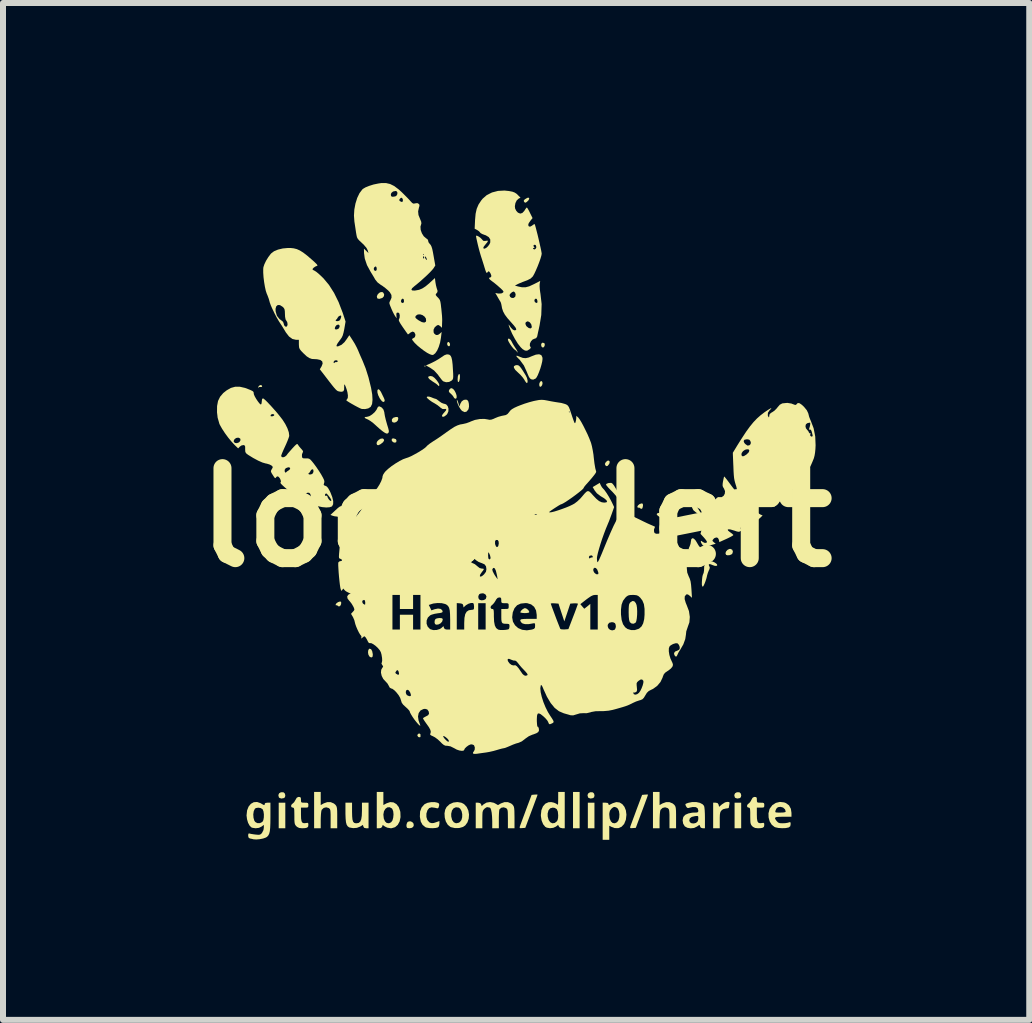
<source format=kicad_pcb>
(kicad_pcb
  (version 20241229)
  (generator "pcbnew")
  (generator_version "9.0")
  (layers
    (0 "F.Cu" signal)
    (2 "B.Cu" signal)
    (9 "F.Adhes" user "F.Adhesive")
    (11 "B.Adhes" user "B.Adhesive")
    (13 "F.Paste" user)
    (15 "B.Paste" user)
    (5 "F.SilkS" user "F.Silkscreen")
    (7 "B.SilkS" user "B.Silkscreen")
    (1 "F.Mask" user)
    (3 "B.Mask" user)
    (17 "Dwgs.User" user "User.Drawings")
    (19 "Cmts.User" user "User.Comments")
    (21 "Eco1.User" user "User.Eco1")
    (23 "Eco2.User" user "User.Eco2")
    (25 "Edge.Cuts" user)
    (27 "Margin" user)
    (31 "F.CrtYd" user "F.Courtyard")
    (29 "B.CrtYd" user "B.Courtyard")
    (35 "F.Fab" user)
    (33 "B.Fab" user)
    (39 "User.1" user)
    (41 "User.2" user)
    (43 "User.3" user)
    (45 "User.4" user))
  (footprint "logo-left"
    (layer "F.Cu")
    (at 5.55 5.572)
    (property "Reference" "logo-left" (at 0 0 0) (layer "F.SilkS") (effects (font (size 1.5 1.5) (thickness 0.3))))
    (attr board_only exclude_from_pos_files exclude_from_bom)
    (fp_poly (pts (xy -1.515 -2.53) (xy -1.514 -2.509) (xy -1.517 -2.504) (xy -1.523 -2.508) (xy -1.524 -2.522) (xy -1.52 -2.537)) (stroke (width 0) (type solid)) (fill yes) (layer "F.SilkS"))
    (fp_poly (pts (xy -3.846 4.966) (xy -3.846 5.179) (xy -3.901 5.179) (xy -3.956 5.179) (xy -3.956 4.966) (xy -3.956 4.753) (xy -3.901 4.753) (xy -3.846 4.753)) (stroke (width 0) (type solid)) (fill yes) (layer "F.SilkS"))
    (fp_poly (pts (xy 1.058 4.877) (xy 1.058 5.179) (xy 1.003 5.179) (xy 0.948 5.179) (xy 0.948 4.877) (xy 0.948 4.574) (xy 1.003 4.574) (xy 1.058 4.574)) (stroke (width 0) (type solid)) (fill yes) (layer "F.SilkS"))
    (fp_poly (pts (xy 1.305 4.966) (xy 1.305 5.179) (xy 1.25 5.179) (xy 1.195 5.179) (xy 1.195 4.966) (xy 1.195 4.753) (xy 1.25 4.753) (xy 1.305 4.753)) (stroke (width 0) (type solid)) (fill yes) (layer "F.SilkS"))
    (fp_poly (pts (xy 3.75 4.966) (xy 3.75 5.179) (xy 3.695 5.179) (xy 3.64 5.179) (xy 3.64 4.966) (xy 3.64 4.753) (xy 3.695 4.753) (xy 3.75 4.753)) (stroke (width 0) (type solid)) (fill yes) (layer "F.SilkS"))
    (fp_poly (pts (xy -1.123 -2.923) (xy -1.106 -2.905) (xy -1.101 -2.876) (xy -1.109 -2.855) (xy -1.127 -2.853) (xy -1.14 -2.863) (xy -1.15 -2.888) (xy -1.146 -2.912) (xy -1.131 -2.924)) (stroke (width 0) (type solid)) (fill yes) (layer "F.SilkS"))
    (fp_poly (pts (xy -2.037 -1.316) (xy -2.004 -1.304) (xy -1.994 -1.286) (xy -1.997 -1.256) (xy -2.018 -1.246) (xy -2.043 -1.251) (xy -2.069 -1.272) (xy -2.074 -1.292) (xy -2.069 -1.312) (xy -2.048 -1.317)) (stroke (width 0) (type solid)) (fill yes) (layer "F.SilkS"))
    (fp_poly (pts (xy 1.558 -0.934) (xy 1.557 -0.906) (xy 1.546 -0.885) (xy 1.523 -0.858) (xy 1.503 -0.855) (xy 1.486 -0.87) (xy 1.479 -0.892) (xy 1.492 -0.918) (xy 1.519 -0.944) (xy 1.543 -0.948)) (stroke (width 0) (type solid)) (fill yes) (layer "F.SilkS"))
    (fp_poly (pts (xy -4.245 -2.205) (xy -4.231 -2.188) (xy -4.239 -2.174) (xy -4.258 -2.174) (xy -4.282 -2.173) (xy -4.291 -2.166) (xy -4.297 -2.157) (xy -4.299 -2.165) (xy -4.29 -2.187) (xy -4.269 -2.204) (xy -4.247 -2.206)) (stroke (width 0) (type solid)) (fill yes) (layer "F.SilkS"))
    (fp_poly (pts (xy -1.594 3.613) (xy -1.594 3.62) (xy -1.593 3.645) (xy -1.592 3.65) (xy -1.601 3.663) (xy -1.623 3.661) (xy -1.633 3.655) (xy -1.646 3.634) (xy -1.644 3.621) (xy -1.628 3.603) (xy -1.608 3.601)) (stroke (width 0) (type solid)) (fill yes) (layer "F.SilkS"))
    (fp_poly (pts (xy 0.219 -5.313) (xy 0.207 -5.286) (xy 0.186 -5.265) (xy 0.162 -5.246) (xy 0.147 -5.246) (xy 0.135 -5.257) (xy 0.126 -5.275) (xy 0.137 -5.293) (xy 0.15 -5.304) (xy 0.187 -5.326) (xy 0.211 -5.328)) (stroke (width 0) (type solid)) (fill yes) (layer "F.SilkS"))
    (fp_poly (pts (xy 0.437 -2.256) (xy 0.44 -2.232) (xy 0.433 -2.204) (xy 0.417 -2.183) (xy 0.399 -2.176) (xy 0.394 -2.18) (xy 0.385 -2.204) (xy 0.388 -2.237) (xy 0.402 -2.263) (xy 0.403 -2.265) (xy 0.425 -2.273)) (stroke (width 0) (type solid)) (fill yes) (layer "F.SilkS"))
    (fp_poly (pts (xy 0.47 -2.903) (xy 0.474 -2.898) (xy 0.478 -2.873) (xy 0.468 -2.846) (xy 0.451 -2.831) (xy 0.446 -2.83) (xy 0.428 -2.841) (xy 0.419 -2.857) (xy 0.417 -2.891) (xy 0.434 -2.91) (xy 0.446 -2.912)) (stroke (width 0) (type solid)) (fill yes) (layer "F.SilkS"))
    (fp_poly (pts (xy -3.878 4.58) (xy -3.874 4.581) (xy -3.854 4.6) (xy -3.846 4.63) (xy -3.851 4.66) (xy -3.868 4.676) (xy -3.912 4.684) (xy -3.944 4.673) (xy -3.954 4.662) (xy -3.962 4.626) (xy -3.949 4.596) (xy -3.919 4.579)) (stroke (width 0) (type solid)) (fill yes) (layer "F.SilkS"))
    (fp_poly (pts (xy -2.417 2.195) (xy -2.399 2.227) (xy -2.388 2.28) (xy -2.391 2.318) (xy -2.408 2.333) (xy -2.433 2.326) (xy -2.448 2.312) (xy -2.463 2.282) (xy -2.468 2.245) (xy -2.463 2.21) (xy -2.449 2.189) (xy -2.443 2.187)) (stroke (width 0) (type solid)) (fill yes) (layer "F.SilkS"))
    (fp_poly (pts (xy -1.966 -1.662) (xy -1.964 -1.643) (xy -1.974 -1.612) (xy -1.998 -1.59) (xy -2.028 -1.58) (xy -2.055 -1.585) (xy -2.07 -1.602) (xy -2.07 -1.635) (xy -2.048 -1.661) (xy -2.008 -1.673) (xy -2.008 -1.673) (xy -1.978 -1.674)) (stroke (width 0) (type solid)) (fill yes) (layer "F.SilkS"))
    (fp_poly (pts (xy -0.938 -2.379) (xy -0.936 -2.35) (xy -0.938 -2.314) (xy -0.945 -2.28) (xy -0.954 -2.259) (xy -0.958 -2.256) (xy -0.971 -2.263) (xy -0.975 -2.296) (xy -0.975 -2.299) (xy -0.971 -2.35) (xy -0.96 -2.382) (xy -0.946 -2.39)) (stroke (width 0) (type solid)) (fill yes) (layer "F.SilkS"))
    (fp_poly (pts (xy 1.273 4.58) (xy 1.278 4.581) (xy 1.298 4.6) (xy 1.306 4.63) (xy 1.3 4.66) (xy 1.283 4.676) (xy 1.24 4.684) (xy 1.207 4.673) (xy 1.198 4.662) (xy 1.189 4.626) (xy 1.203 4.596) (xy 1.233 4.579)) (stroke (width 0) (type solid)) (fill yes) (layer "F.SilkS"))
    (fp_poly (pts (xy 3.718 4.58) (xy 3.723 4.581) (xy 3.743 4.6) (xy 3.751 4.63) (xy 3.745 4.66) (xy 3.729 4.676) (xy 3.685 4.684) (xy 3.652 4.673) (xy 3.643 4.662) (xy 3.635 4.626) (xy 3.648 4.596) (xy 3.678 4.579)) (stroke (width 0) (type solid)) (fill yes) (layer "F.SilkS"))
    (fp_poly (pts (xy -2.918 1.405) (xy -2.914 1.423) (xy -2.918 1.449) (xy -2.933 1.476) (xy -2.955 1.484) (xy -2.974 1.47) (xy -2.991 1.462) (xy -2.997 1.464) (xy -3.007 1.462) (xy -3.006 1.448) (xy -2.992 1.428) (xy -2.965 1.41) (xy -2.936 1.401)) (stroke (width 0) (type solid)) (fill yes) (layer "F.SilkS"))
    (fp_poly (pts (xy -2.222 -3.753) (xy -2.217 -3.749) (xy -2.199 -3.719) (xy -2.203 -3.686) (xy -2.227 -3.659) (xy -2.233 -3.656) (xy -2.28 -3.642) (xy -2.309 -3.648) (xy -2.315 -3.655) (xy -2.321 -3.685) (xy -2.307 -3.716) (xy -2.282 -3.742) (xy -2.252 -3.756)) (stroke (width 0) (type solid)) (fill yes) (layer "F.SilkS"))
    (fp_poly (pts (xy -2.207 -1.306) (xy -2.2 -1.283) (xy -2.217 -1.254) (xy -2.256 -1.223) (xy -2.263 -1.219) (xy -2.293 -1.204) (xy -2.311 -1.206) (xy -2.319 -1.213) (xy -2.326 -1.239) (xy -2.314 -1.268) (xy -2.288 -1.294) (xy -2.257 -1.312) (xy -2.226 -1.316)) (stroke (width 0) (type solid)) (fill yes) (layer "F.SilkS"))
    (fp_poly (pts (xy -1.733 5.074) (xy -1.711 5.098) (xy -1.705 5.129) (xy -1.717 5.158) (xy -1.742 5.173) (xy -1.777 5.179) (xy -1.808 5.175) (xy -1.818 5.17) (xy -1.828 5.144) (xy -1.825 5.109) (xy -1.812 5.079) (xy -1.802 5.07) (xy -1.766 5.062)) (stroke (width 0) (type solid)) (fill yes) (layer "F.SilkS"))
    (fp_poly (pts (xy 3.601 0.539) (xy 3.612 0.567) (xy 3.605 0.598) (xy 3.591 0.614) (xy 3.559 0.628) (xy 3.523 0.631) (xy 3.498 0.623) (xy 3.498 0.623) (xy 3.488 0.597) (xy 3.498 0.567) (xy 3.521 0.541) (xy 3.553 0.525) (xy 3.574 0.524)) (stroke (width 0) (type solid)) (fill yes) (layer "F.SilkS"))
    (fp_poly (pts (xy 0.178 1.522) (xy 0.205 1.546) (xy 0.219 1.573) (xy 0.22 1.577) (xy 0.207 1.588) (xy 0.169 1.593) (xy 0.144 1.594) (xy 0.103 1.591) (xy 0.075 1.585) (xy 0.069 1.58) (xy 0.08 1.557) (xy 0.105 1.532) (xy 0.135 1.514) (xy 0.149 1.511)) (stroke (width 0) (type solid)) (fill yes) (layer "F.SilkS"))
    (fp_poly (pts (xy -1.24 1.679) (xy -1.225 1.689) (xy -1.223 1.703) (xy -1.233 1.736) (xy -1.26 1.765) (xy -1.295 1.783) (xy -1.329 1.787) (xy -1.351 1.777) (xy -1.359 1.752) (xy -1.357 1.719) (xy -1.344 1.693) (xy -1.343 1.692) (xy -1.32 1.682) (xy -1.282 1.676) (xy -1.275 1.676)) (stroke (width 0) (type solid)) (fill yes) (layer "F.SilkS"))
    (fp_poly (pts (xy -2.276 -2.125) (xy -2.255 -2.096) (xy -2.247 -2.081) (xy -2.226 -2.037) (xy -2.206 -1.996) (xy -2.202 -1.988) (xy -2.191 -1.958) (xy -2.191 -1.937) (xy -2.211 -1.923) (xy -2.236 -1.936) (xy -2.266 -1.975) (xy -2.274 -1.987) (xy -2.298 -2.036) (xy -2.311 -2.081) (xy -2.312 -2.116) (xy -2.302 -2.134) (xy -2.294 -2.136)) (stroke (width 0) (type solid)) (fill yes) (layer "F.SilkS"))
    (fp_poly (pts (xy -1.394 -2.35) (xy -1.363 -2.328) (xy -1.329 -2.292) (xy -1.301 -2.254) (xy -1.283 -2.221) (xy -1.28 -2.204) (xy -1.285 -2.188) (xy -1.297 -2.195) (xy -1.302 -2.201) (xy -1.323 -2.22) (xy -1.359 -2.245) (xy -1.395 -2.268) (xy -1.441 -2.301) (xy -1.464 -2.327) (xy -1.463 -2.346) (xy -1.438 -2.355) (xy -1.423 -2.356)) (stroke (width 0) (type solid)) (fill yes) (layer "F.SilkS"))
    (fp_poly (pts (xy -1.049 -2.14) (xy -1.025 -2.111) (xy -1.006 -2.074) (xy -0.993 -2.036) (xy -0.99 -2.003) (xy -0.998 -1.982) (xy -1.01 -1.978) (xy -1.032 -1.989) (xy -1.039 -2.002) (xy -1.055 -2.027) (xy -1.082 -2.056) (xy -1.089 -2.062) (xy -1.115 -2.087) (xy -1.122 -2.106) (xy -1.114 -2.128) (xy -1.093 -2.15) (xy -1.074 -2.154)) (stroke (width 0) (type solid)) (fill yes) (layer "F.SilkS"))
    (fp_poly (pts (xy 2.109 -0.229) (xy 2.114 -0.209) (xy 2.113 -0.19) (xy 2.104 -0.153) (xy 2.086 -0.142) (xy 2.059 -0.157) (xy 2.055 -0.161) (xy 2.04 -0.173) (xy 2.04 -0.166) (xy 2.044 -0.154) (xy 2.035 -0.157) (xy 2.02 -0.173) (xy 2.019 -0.178) (xy 2.031 -0.201) (xy 2.057 -0.223) (xy 2.087 -0.233) (xy 2.09 -0.234)) (stroke (width 0) (type solid)) (fill yes) (layer "F.SilkS"))
    (fp_poly (pts (xy -2.896 -0.183) (xy -2.888 -0.175) (xy -2.875 -0.15) (xy -2.86 -0.11) (xy -2.844 -0.064) (xy -2.832 -0.02) (xy -2.826 0.013) (xy -2.826 0.024) (xy -2.843 0.04) (xy -2.873 0.033) (xy -2.902 0.014) (xy -2.941 -0.006) (xy -2.979 -0.014) (xy -3.023 -0.019) (xy -3.057 -0.028) (xy -3.094 -0.042) (xy -3.014 -0.117) (xy -2.968 -0.159) (xy -2.935 -0.183) (xy -2.913 -0.19)) (stroke (width 0) (type solid)) (fill yes) (layer "F.SilkS"))
    (fp_poly (pts (xy -0.113 -2.977) (xy -0.092 -2.958) (xy -0.078 -2.936) (xy -0.058 -2.898) (xy -0.036 -2.861) (xy -0.006 -2.814) (xy 0.005 -2.798) (xy 0.02 -2.77) (xy 0.023 -2.752) (xy 0.022 -2.751) (xy 0.014 -2.753) (xy 0.014 -2.759) (xy 0.003 -2.777) (xy -0.017 -2.79) (xy -0.04 -2.809) (xy -0.069 -2.843) (xy -0.098 -2.884) (xy -0.123 -2.925) (xy -0.136 -2.956) (xy -0.137 -2.964) (xy -0.13 -2.98)) (stroke (width 0) (type solid)) (fill yes) (layer "F.SilkS"))
    (fp_poly (pts (xy 2.924 -0.292) (xy 2.948 -0.264) (xy 2.977 -0.224) (xy 3.009 -0.179) (xy 3.039 -0.135) (xy 3.063 -0.097) (xy 3.076 -0.071) (xy 3.077 -0.065) (xy 3.067 -0.055) (xy 3.04 -0.061) (xy 2.999 -0.081) (xy 2.999 -0.082) (xy 2.953 -0.121) (xy 2.931 -0.165) (xy 2.932 -0.2) (xy 2.934 -0.227) (xy 2.928 -0.239) (xy 2.916 -0.255) (xy 2.908 -0.279) (xy 2.907 -0.298) (xy 2.911 -0.302)) (stroke (width 0) (type solid)) (fill yes) (layer "F.SilkS"))
    (fp_poly (pts (xy 0.027 -2.537) (xy 0.045 -2.53) (xy 0.064 -2.512) (xy 0.088 -2.481) (xy 0.12 -2.432) (xy 0.161 -2.365) (xy 0.18 -2.326) (xy 0.19 -2.287) (xy 0.191 -2.256) (xy 0.183 -2.24) (xy 0.179 -2.239) (xy 0.165 -2.25) (xy 0.146 -2.278) (xy 0.138 -2.293) (xy 0.113 -2.329) (xy 0.075 -2.373) (xy 0.034 -2.412) (xy -0.014 -2.458) (xy -0.037 -2.495) (xy -0.037 -2.52) (xy -0.011 -2.535) (xy 0.007 -2.538)) (stroke (width 0) (type solid)) (fill yes) (layer "F.SilkS"))
    (fp_poly (pts (xy 0.357 4.618) (xy 0.357 4.619) (xy 0.353 4.633) (xy 0.34 4.669) (xy 0.32 4.723) (xy 0.295 4.791) (xy 0.266 4.869) (xy 0.255 4.898) (xy 0.153 5.172) (xy 0.103 5.176) (xy 0.07 5.178) (xy 0.059 5.171) (xy 0.061 5.152) (xy 0.062 5.15) (xy 0.07 5.127) (xy 0.086 5.084) (xy 0.108 5.024) (xy 0.135 4.952) (xy 0.164 4.873) (xy 0.165 4.87) (xy 0.258 4.623) (xy 0.308 4.618) (xy 0.34 4.617)) (stroke (width 0) (type solid)) (fill yes) (layer "F.SilkS"))
    (fp_poly (pts (xy 1.969 1.397) (xy 1.994 1.427) (xy 2.007 1.46) (xy 2.014 1.505) (xy 2.017 1.562) (xy 2.016 1.623) (xy 2.011 1.68) (xy 2.003 1.726) (xy 1.993 1.751) (xy 1.961 1.77) (xy 1.925 1.768) (xy 1.896 1.746) (xy 1.893 1.741) (xy 1.883 1.709) (xy 1.877 1.654) (xy 1.875 1.58) (xy 1.875 1.577) (xy 1.876 1.513) (xy 1.879 1.471) (xy 1.884 1.444) (xy 1.895 1.425) (xy 1.904 1.414) (xy 1.939 1.392)) (stroke (width 0) (type solid)) (fill yes) (layer "F.SilkS"))
    (fp_poly (pts (xy 2.197 4.618) (xy 2.198 4.619) (xy 2.193 4.633) (xy 2.181 4.669) (xy 2.161 4.723) (xy 2.136 4.791) (xy 2.107 4.869) (xy 2.096 4.898) (xy 1.994 5.172) (xy 1.944 5.176) (xy 1.911 5.178) (xy 1.899 5.171) (xy 1.902 5.152) (xy 1.903 5.15) (xy 1.911 5.127) (xy 1.927 5.084) (xy 1.949 5.024) (xy 1.976 4.952) (xy 2.005 4.873) (xy 2.006 4.87) (xy 2.099 4.623) (xy 2.148 4.618) (xy 2.181 4.617)) (stroke (width 0) (type solid)) (fill yes) (layer "F.SilkS"))
    (fp_poly (pts (xy -0.813 -1.956) (xy -0.796 -1.932) (xy -0.787 -1.892) (xy -0.785 -1.847) (xy -0.793 -1.807) (xy -0.796 -1.8) (xy -0.825 -1.764) (xy -0.858 -1.755) (xy -0.897 -1.773) (xy -0.905 -1.779) (xy -0.927 -1.805) (xy -0.95 -1.843) (xy -0.97 -1.885) (xy -0.984 -1.924) (xy -0.988 -1.951) (xy -0.986 -1.959) (xy -0.979 -1.951) (xy -0.968 -1.923) (xy -0.962 -1.906) (xy -0.945 -1.848) (xy -0.929 -1.895) (xy -0.906 -1.935) (xy -0.871 -1.959) (xy -0.833 -1.963)) (stroke (width 0) (type solid)) (fill yes) (layer "F.SilkS"))
    (fp_poly (pts (xy 2.961 0.353) (xy 2.989 0.381) (xy 3.011 0.417) (xy 3.039 0.465) (xy 3.074 0.51) (xy 3.081 0.518) (xy 3.107 0.55) (xy 3.115 0.574) (xy 3.11 0.589) (xy 3.1 0.606) (xy 3.085 0.608) (xy 3.057 0.595) (xy 3.018 0.578) (xy 2.969 0.561) (xy 2.949 0.555) (xy 2.909 0.544) (xy 2.882 0.534) (xy 2.876 0.531) (xy 2.877 0.516) (xy 2.888 0.487) (xy 2.891 0.483) (xy 2.906 0.44) (xy 2.912 0.4) (xy 2.919 0.362) (xy 2.936 0.346)) (stroke (width 0) (type solid)) (fill yes) (layer "F.SilkS"))
    (fp_poly (pts (xy 2.427 -0.076) (xy 2.473 -0.068) (xy 2.516 -0.053) (xy 2.531 -0.045) (xy 2.574 -0.021) (xy 2.627 0.006) (xy 2.658 0.02) (xy 2.703 0.044) (xy 2.729 0.067) (xy 2.734 0.084) (xy 2.715 0.094) (xy 2.696 0.096) (xy 2.66 0.085) (xy 2.614 0.058) (xy 2.591 0.041) (xy 2.541 0.006) (xy 2.499 -0.011) (xy 2.469 -0.011) (xy 2.455 0.003) (xy 2.441 0.009) (xy 2.414 0.002) (xy 2.383 -0.013) (xy 2.356 -0.033) (xy 2.343 -0.051) (xy 2.342 -0.055) (xy 2.354 -0.07) (xy 2.385 -0.077)) (stroke (width 0) (type solid)) (fill yes) (layer "F.SilkS"))
    (fp_poly (pts (xy -1.11 -2.71) (xy -1.091 -2.693) (xy -1.077 -2.663) (xy -1.066 -2.614) (xy -1.058 -2.545) (xy -1.053 -2.463) (xy -1.049 -2.396) (xy -1.048 -2.35) (xy -1.05 -2.321) (xy -1.056 -2.302) (xy -1.067 -2.288) (xy -1.074 -2.281) (xy -1.116 -2.258) (xy -1.166 -2.253) (xy -1.212 -2.267) (xy -1.232 -2.284) (xy -1.255 -2.313) (xy -1.286 -2.354) (xy -1.304 -2.38) (xy -1.367 -2.449) (xy -1.425 -2.489) (xy -1.502 -2.533) (xy -1.406 -2.576) (xy -1.347 -2.606) (xy -1.288 -2.641) (xy -1.244 -2.67) (xy -1.197 -2.702) (xy -1.161 -2.716) (xy -1.135 -2.717)) (stroke (width 0) (type solid)) (fill yes) (layer "F.SilkS"))
    (fp_poly (pts (xy 1.589 -0.575) (xy 1.609 -0.56) (xy 1.634 -0.527) (xy 1.659 -0.485) (xy 1.702 -0.417) (xy 1.748 -0.374) (xy 1.755 -0.37) (xy 1.803 -0.338) (xy 1.841 -0.308) (xy 1.864 -0.283) (xy 1.868 -0.272) (xy 1.856 -0.265) (xy 1.827 -0.262) (xy 1.791 -0.265) (xy 1.756 -0.272) (xy 1.749 -0.275) (xy 1.723 -0.293) (xy 1.693 -0.324) (xy 1.681 -0.339) (xy 1.65 -0.376) (xy 1.609 -0.422) (xy 1.569 -0.462) (xy 1.534 -0.499) (xy 1.509 -0.529) (xy 1.497 -0.547) (xy 1.497 -0.548) (xy 1.509 -0.562) (xy 1.538 -0.573) (xy 1.573 -0.576)) (stroke (width 0) (type solid)) (fill yes) (layer "F.SilkS"))
    (fp_poly (pts (xy 3.548 4.742) (xy 3.557 4.754) (xy 3.553 4.782) (xy 3.547 4.816) (xy 3.544 4.837) (xy 3.544 4.837) (xy 3.532 4.845) (xy 3.503 4.849) (xy 3.499 4.849) (xy 3.448 4.862) (xy 3.423 4.881) (xy 3.409 4.899) (xy 3.4 4.921) (xy 3.395 4.953) (xy 3.393 5.002) (xy 3.393 5.046) (xy 3.393 5.179) (xy 3.338 5.179) (xy 3.283 5.179) (xy 3.283 4.966) (xy 3.283 4.753) (xy 3.324 4.753) (xy 3.356 4.759) (xy 3.371 4.78) (xy 3.374 4.787) (xy 3.382 4.822) (xy 3.429 4.781) (xy 3.48 4.748) (xy 3.519 4.739)) (stroke (width 0) (type solid)) (fill yes) (layer "F.SilkS"))
    (fp_poly (pts (xy 0.419 -2.705) (xy 0.437 -2.67) (xy 0.44 -2.642) (xy 0.435 -2.6) (xy 0.422 -2.545) (xy 0.404 -2.483) (xy 0.382 -2.423) (xy 0.36 -2.369) (xy 0.339 -2.331) (xy 0.326 -2.315) (xy 0.284 -2.296) (xy 0.248 -2.303) (xy 0.229 -2.319) (xy 0.212 -2.345) (xy 0.193 -2.388) (xy 0.178 -2.425) (xy 0.129 -2.533) (xy 0.062 -2.624) (xy 0.041 -2.645) (xy 0.01 -2.677) (xy 0.003 -2.693) (xy 0.017 -2.694) (xy 0.055 -2.68) (xy 0.058 -2.678) (xy 0.112 -2.658) (xy 0.159 -2.654) (xy 0.21 -2.665) (xy 0.259 -2.686) (xy 0.33 -2.713) (xy 0.383 -2.719)) (stroke (width 0) (type solid)) (fill yes) (layer "F.SilkS"))
    (fp_poly (pts (xy -2.734 4.903) (xy -2.732 4.981) (xy -2.727 5.035) (xy -2.716 5.07) (xy -2.698 5.089) (xy -2.671 5.096) (xy -2.661 5.096) (xy -2.624 5.09) (xy -2.598 5.069) (xy -2.581 5.03) (xy -2.572 4.971) (xy -2.569 4.888) (xy -2.569 4.884) (xy -2.569 4.753) (xy -2.514 4.753) (xy -2.459 4.753) (xy -2.459 4.966) (xy -2.459 5.179) (xy -2.499 5.179) (xy -2.532 5.172) (xy -2.545 5.151) (xy -2.553 5.123) (xy -2.599 5.151) (xy -2.653 5.172) (xy -2.715 5.177) (xy -2.773 5.167) (xy -2.784 5.163) (xy -2.807 5.146) (xy -2.824 5.119) (xy -2.835 5.079) (xy -2.841 5.02) (xy -2.844 4.939) (xy -2.844 4.917) (xy -2.844 4.753) (xy -2.789 4.753) (xy -2.734 4.753)) (stroke (width 0) (type solid)) (fill yes) (layer "F.SilkS"))
    (fp_poly (pts (xy -2.25 -1.838) (xy -2.236 -1.828) (xy -2.211 -1.798) (xy -2.197 -1.755) (xy -2.194 -1.732) (xy -2.186 -1.687) (xy -2.172 -1.627) (xy -2.154 -1.563) (xy -2.149 -1.545) (xy -2.131 -1.487) (xy -2.122 -1.45) (xy -2.121 -1.426) (xy -2.127 -1.412) (xy -2.131 -1.407) (xy -2.147 -1.397) (xy -2.167 -1.4) (xy -2.198 -1.417) (xy -2.23 -1.44) (xy -2.274 -1.476) (xy -2.321 -1.518) (xy -2.335 -1.531) (xy -2.382 -1.573) (xy -2.429 -1.608) (xy -2.467 -1.631) (xy -2.476 -1.635) (xy -2.513 -1.652) (xy -2.526 -1.666) (xy -2.513 -1.674) (xy -2.488 -1.676) (xy -2.447 -1.687) (xy -2.401 -1.715) (xy -2.358 -1.753) (xy -2.326 -1.795) (xy -2.319 -1.81) (xy -2.302 -1.843) (xy -2.281 -1.852)) (stroke (width 0) (type solid)) (fill yes) (layer "F.SilkS"))
    (fp_poly (pts (xy -3.256 4.684) (xy -3.256 4.793) (xy -3.207 4.765) (xy -3.149 4.744) (xy -3.089 4.744) (xy -3.037 4.766) (xy -3.012 4.787) (xy -2.999 4.804) (xy -2.99 4.823) (xy -2.985 4.85) (xy -2.982 4.889) (xy -2.981 4.947) (xy -2.981 5.001) (xy -2.981 5.179) (xy -3.036 5.179) (xy -3.091 5.179) (xy -3.091 5.021) (xy -3.091 4.953) (xy -3.093 4.907) (xy -3.096 4.878) (xy -3.103 4.86) (xy -3.115 4.848) (xy -3.123 4.842) (xy -3.164 4.83) (xy -3.206 4.84) (xy -3.238 4.87) (xy -3.241 4.875) (xy -3.247 4.9) (xy -3.252 4.945) (xy -3.255 5.003) (xy -3.256 5.041) (xy -3.256 5.179) (xy -3.311 5.179) (xy -3.366 5.179) (xy -3.366 4.877) (xy -3.366 4.574) (xy -3.311 4.574) (xy -3.256 4.574)) (stroke (width 0) (type solid)) (fill yes) (layer "F.SilkS"))
    (fp_poly (pts (xy 2.39 4.684) (xy 2.39 4.793) (xy 2.439 4.765) (xy 2.497 4.744) (xy 2.556 4.744) (xy 2.609 4.766) (xy 2.634 4.787) (xy 2.647 4.804) (xy 2.656 4.823) (xy 2.661 4.85) (xy 2.664 4.889) (xy 2.665 4.947) (xy 2.665 5.001) (xy 2.665 5.179) (xy 2.61 5.179) (xy 2.555 5.179) (xy 2.555 5.021) (xy 2.555 4.953) (xy 2.553 4.907) (xy 2.549 4.878) (xy 2.543 4.86) (xy 2.531 4.848) (xy 2.523 4.842) (xy 2.482 4.83) (xy 2.44 4.84) (xy 2.408 4.87) (xy 2.405 4.875) (xy 2.399 4.9) (xy 2.394 4.945) (xy 2.391 5.003) (xy 2.39 5.041) (xy 2.39 5.179) (xy 2.335 5.179) (xy 2.28 5.179) (xy 2.28 4.877) (xy 2.28 4.574) (xy 2.335 4.574) (xy 2.39 4.574)) (stroke (width 0) (type solid)) (fill yes) (layer "F.SilkS"))
    (fp_poly (pts (xy -1.314 4.752) (xy -1.287 4.766) (xy -1.281 4.786) (xy -1.284 4.805) (xy -1.293 4.835) (xy -1.304 4.847) (xy -1.327 4.844) (xy -1.351 4.838) (xy -1.408 4.83) (xy -1.448 4.842) (xy -1.477 4.877) (xy -1.477 4.878) (xy -1.495 4.934) (xy -1.495 4.991) (xy -1.479 5.042) (xy -1.448 5.078) (xy -1.434 5.086) (xy -1.405 5.094) (xy -1.372 5.091) (xy -1.338 5.08) (xy -1.278 5.059) (xy -1.278 5.105) (xy -1.286 5.146) (xy -1.304 5.165) (xy -1.34 5.174) (xy -1.39 5.178) (xy -1.445 5.176) (xy -1.492 5.168) (xy -1.51 5.162) (xy -1.558 5.124) (xy -1.589 5.068) (xy -1.603 4.992) (xy -1.604 4.983) (xy -1.6 4.9) (xy -1.575 4.833) (xy -1.53 4.782) (xy -1.522 4.776) (xy -1.477 4.755) (xy -1.418 4.744) (xy -1.358 4.743)) (stroke (width 0) (type solid)) (fill yes) (layer "F.SilkS"))
    (fp_poly (pts (xy 3.272 0.734) (xy 3.312 0.752) (xy 3.344 0.777) (xy 3.352 0.796) (xy 3.34 0.807) (xy 3.312 0.807) (xy 3.271 0.793) (xy 3.265 0.79) (xy 3.229 0.777) (xy 3.211 0.781) (xy 3.212 0.8) (xy 3.218 0.811) (xy 3.227 0.835) (xy 3.221 0.863) (xy 3.211 0.882) (xy 3.193 0.928) (xy 3.179 0.977) (xy 3.179 0.982) (xy 3.17 1.018) (xy 3.156 1.061) (xy 3.14 1.103) (xy 3.124 1.137) (xy 3.113 1.153) (xy 3.112 1.154) (xy 3.1 1.145) (xy 3.1 1.143) (xy 3.095 1.121) (xy 3.095 1.081) (xy 3.098 1.034) (xy 3.103 0.989) (xy 3.111 0.956) (xy 3.116 0.945) (xy 3.125 0.922) (xy 3.131 0.884) (xy 3.132 0.857) (xy 3.134 0.811) (xy 3.143 0.783) (xy 3.163 0.761) (xy 3.168 0.757) (xy 3.218 0.732)) (stroke (width 0) (type solid)) (fill yes) (layer "F.SilkS"))
    (fp_poly (pts (xy -0.913 4.753) (xy -0.868 4.776) (xy -0.824 4.823) (xy -0.796 4.884) (xy -0.785 4.951) (xy -0.79 5.019) (xy -0.811 5.081) (xy -0.847 5.131) (xy -0.885 5.157) (xy -0.949 5.175) (xy -1.02 5.176) (xy -1.085 5.161) (xy -1.095 5.157) (xy -1.139 5.121) (xy -1.171 5.067) (xy -1.189 5.002) (xy -1.193 4.937) (xy -1.082 4.937) (xy -1.081 4.984) (xy -1.066 5.042) (xy -1.038 5.08) (xy -1.001 5.096) (xy -0.957 5.087) (xy -0.938 5.076) (xy -0.912 5.043) (xy -0.899 4.996) (xy -0.898 4.944) (xy -0.909 4.893) (xy -0.931 4.854) (xy -0.956 4.835) (xy -1.003 4.829) (xy -1.042 4.846) (xy -1.069 4.883) (xy -1.082 4.937) (xy -1.193 4.937) (xy -1.194 4.934) (xy -1.182 4.87) (xy -1.159 4.825) (xy -1.11 4.779) (xy -1.048 4.751) (xy -0.979 4.742)) (stroke (width 0) (type solid)) (fill yes) (layer "F.SilkS"))
    (fp_poly (pts (xy -1.415 -2.003) (xy -1.409 -2) (xy -1.374 -1.986) (xy -1.349 -1.978) (xy -1.346 -1.978) (xy -1.326 -1.97) (xy -1.296 -1.948) (xy -1.282 -1.937) (xy -1.247 -1.912) (xy -1.213 -1.897) (xy -1.204 -1.896) (xy -1.166 -1.884) (xy -1.14 -1.854) (xy -1.127 -1.813) (xy -1.129 -1.767) (xy -1.148 -1.724) (xy -1.16 -1.71) (xy -1.192 -1.685) (xy -1.219 -1.676) (xy -1.234 -1.685) (xy -1.236 -1.694) (xy -1.227 -1.714) (xy -1.204 -1.743) (xy -1.196 -1.751) (xy -1.17 -1.782) (xy -1.164 -1.802) (xy -1.178 -1.809) (xy -1.198 -1.806) (xy -1.226 -1.807) (xy -1.261 -1.83) (xy -1.269 -1.838) (xy -1.309 -1.87) (xy -1.353 -1.898) (xy -1.36 -1.902) (xy -1.402 -1.926) (xy -1.447 -1.958) (xy -1.455 -1.965) (xy -1.483 -1.99) (xy -1.49 -2.004) (xy -1.481 -2.013) (xy -1.479 -2.014) (xy -1.452 -2.014)) (stroke (width 0) (type solid)) (fill yes) (layer "F.SilkS"))
    (fp_poly (pts (xy -2.212 4.683) (xy -2.212 4.792) (xy -2.158 4.763) (xy -2.099 4.743) (xy -2.043 4.748) (xy -1.994 4.777) (xy -1.956 4.826) (xy -1.932 4.895) (xy -1.929 4.911) (xy -1.926 4.993) (xy -1.941 5.065) (xy -1.972 5.122) (xy -2.017 5.161) (xy -2.074 5.178) (xy -2.088 5.179) (xy -2.147 5.169) (xy -2.185 5.151) (xy -2.223 5.124) (xy -2.232 5.151) (xy -2.25 5.173) (xy -2.281 5.179) (xy -2.322 5.179) (xy -2.322 4.953) (xy -2.212 4.953) (xy -2.205 5.017) (xy -2.185 5.064) (xy -2.156 5.091) (xy -2.119 5.096) (xy -2.083 5.079) (xy -2.061 5.049) (xy -2.048 5.002) (xy -2.043 4.948) (xy -2.048 4.897) (xy -2.063 4.858) (xy -2.07 4.849) (xy -2.108 4.828) (xy -2.146 4.831) (xy -2.178 4.855) (xy -2.202 4.895) (xy -2.212 4.949) (xy -2.212 4.953) (xy -2.322 4.953) (xy -2.322 4.877) (xy -2.322 4.574) (xy -2.267 4.574) (xy -2.212 4.574)) (stroke (width 0) (type solid)) (fill yes) (layer "F.SilkS"))
    (fp_poly (pts (xy 1.723 4.749) (xy 1.769 4.777) (xy 1.805 4.822) (xy 1.829 4.882) (xy 1.838 4.954) (xy 1.829 5.033) (xy 1.827 5.041) (xy 1.8 5.107) (xy 1.758 5.153) (xy 1.704 5.177) (xy 1.643 5.176) (xy 1.593 5.158) (xy 1.552 5.137) (xy 1.552 5.254) (xy 1.552 5.371) (xy 1.497 5.371) (xy 1.442 5.371) (xy 1.442 5.062) (xy 1.442 4.953) (xy 1.552 4.953) (xy 1.559 5.017) (xy 1.579 5.064) (xy 1.608 5.091) (xy 1.645 5.096) (xy 1.681 5.079) (xy 1.705 5.047) (xy 1.718 5) (xy 1.721 4.946) (xy 1.714 4.895) (xy 1.696 4.854) (xy 1.676 4.836) (xy 1.644 4.823) (xy 1.617 4.829) (xy 1.586 4.855) (xy 1.563 4.887) (xy 1.553 4.927) (xy 1.552 4.953) (xy 1.442 4.953) (xy 1.442 4.753) (xy 1.49 4.753) (xy 1.525 4.757) (xy 1.538 4.771) (xy 1.539 4.775) (xy 1.544 4.791) (xy 1.549 4.792) (xy 1.567 4.783) (xy 1.599 4.767) (xy 1.611 4.761) (xy 1.669 4.743)) (stroke (width 0) (type solid)) (fill yes) (layer "F.SilkS"))
    (fp_poly (pts (xy 0.81 4.877) (xy 0.81 5.179) (xy 0.77 5.179) (xy 0.73 5.169) (xy 0.714 5.151) (xy 0.699 5.123) (xy 0.664 5.151) (xy 0.618 5.172) (xy 0.563 5.178) (xy 0.511 5.169) (xy 0.485 5.155) (xy 0.45 5.112) (xy 0.425 5.051) (xy 0.413 4.979) (xy 0.412 4.959) (xy 0.415 4.933) (xy 0.525 4.933) (xy 0.526 4.983) (xy 0.541 5.039) (xy 0.568 5.078) (xy 0.603 5.096) (xy 0.642 5.091) (xy 0.673 5.069) (xy 0.691 5.043) (xy 0.699 5.006) (xy 0.701 4.964) (xy 0.695 4.901) (xy 0.677 4.86) (xy 0.644 4.84) (xy 0.61 4.835) (xy 0.567 4.847) (xy 0.539 4.881) (xy 0.525 4.933) (xy 0.415 4.933) (xy 0.421 4.878) (xy 0.447 4.814) (xy 0.487 4.769) (xy 0.54 4.745) (xy 0.588 4.743) (xy 0.631 4.753) (xy 0.667 4.769) (xy 0.674 4.774) (xy 0.687 4.785) (xy 0.695 4.785) (xy 0.699 4.77) (xy 0.7 4.736) (xy 0.701 4.686) (xy 0.701 4.574) (xy 0.756 4.574) (xy 0.81 4.574)) (stroke (width 0) (type solid)) (fill yes) (layer "F.SilkS"))
    (fp_poly (pts (xy -3.597 4.66) (xy -3.587 4.676) (xy -3.585 4.705) (xy -3.584 4.735) (xy -3.575 4.749) (xy -3.551 4.753) (xy -3.524 4.753) (xy -3.486 4.754) (xy -3.468 4.761) (xy -3.462 4.779) (xy -3.462 4.794) (xy -3.464 4.82) (xy -3.474 4.832) (xy -3.5 4.835) (xy -3.524 4.835) (xy -3.585 4.835) (xy -3.585 4.951) (xy -3.583 5.018) (xy -3.575 5.063) (xy -3.56 5.087) (xy -3.534 5.095) (xy -3.503 5.092) (xy -3.474 5.088) (xy -3.463 5.099) (xy -3.462 5.123) (xy -3.466 5.152) (xy -3.484 5.169) (xy -3.519 5.177) (xy -3.567 5.179) (xy -3.615 5.174) (xy -3.65 5.156) (xy -3.662 5.145) (xy -3.677 5.128) (xy -3.687 5.108) (xy -3.692 5.081) (xy -3.695 5.039) (xy -3.695 4.976) (xy -3.695 4.973) (xy -3.696 4.911) (xy -3.697 4.871) (xy -3.702 4.848) (xy -3.709 4.838) (xy -3.721 4.835) (xy -3.723 4.835) (xy -3.745 4.826) (xy -3.75 4.804) (xy -3.739 4.78) (xy -3.723 4.767) (xy -3.699 4.745) (xy -3.678 4.709) (xy -3.675 4.704) (xy -3.656 4.671) (xy -3.632 4.658) (xy -3.62 4.657)) (stroke (width 0) (type solid)) (fill yes) (layer "F.SilkS"))
    (fp_poly (pts (xy 4 4.66) (xy 4.01 4.676) (xy 4.011 4.705) (xy 4.013 4.735) (xy 4.022 4.749) (xy 4.046 4.753) (xy 4.073 4.753) (xy 4.111 4.754) (xy 4.129 4.761) (xy 4.135 4.779) (xy 4.135 4.794) (xy 4.133 4.82) (xy 4.123 4.832) (xy 4.096 4.835) (xy 4.073 4.835) (xy 4.011 4.835) (xy 4.011 4.951) (xy 4.013 5.018) (xy 4.021 5.063) (xy 4.037 5.087) (xy 4.063 5.095) (xy 4.094 5.092) (xy 4.122 5.088) (xy 4.133 5.099) (xy 4.135 5.123) (xy 4.13 5.152) (xy 4.113 5.169) (xy 4.077 5.177) (xy 4.03 5.179) (xy 3.982 5.174) (xy 3.947 5.156) (xy 3.935 5.145) (xy 3.92 5.128) (xy 3.91 5.108) (xy 3.904 5.081) (xy 3.902 5.039) (xy 3.901 4.976) (xy 3.901 4.973) (xy 3.901 4.911) (xy 3.899 4.871) (xy 3.895 4.848) (xy 3.887 4.838) (xy 3.876 4.835) (xy 3.874 4.835) (xy 3.852 4.826) (xy 3.847 4.804) (xy 3.858 4.78) (xy 3.874 4.767) (xy 3.898 4.745) (xy 3.919 4.709) (xy 3.921 4.704) (xy 3.94 4.671) (xy 3.964 4.658) (xy 3.976 4.657)) (stroke (width 0) (type solid)) (fill yes) (layer "F.SilkS"))
    (fp_poly (pts (xy 4.465 4.748) (xy 4.497 4.76) (xy 4.547 4.798) (xy 4.578 4.855) (xy 4.588 4.923) (xy 4.588 4.987) (xy 4.451 4.987) (xy 4.382 4.988) (xy 4.339 4.992) (xy 4.317 5.001) (xy 4.314 5.017) (xy 4.328 5.042) (xy 4.342 5.06) (xy 4.365 5.083) (xy 4.394 5.094) (xy 4.437 5.096) (xy 4.485 5.094) (xy 4.527 5.087) (xy 4.539 5.083) (xy 4.564 5.076) (xy 4.573 5.086) (xy 4.574 5.111) (xy 4.568 5.145) (xy 4.544 5.164) (xy 4.539 5.166) (xy 4.492 5.176) (xy 4.432 5.178) (xy 4.37 5.174) (xy 4.319 5.163) (xy 4.305 5.157) (xy 4.259 5.12) (xy 4.225 5.065) (xy 4.207 4.999) (xy 4.205 4.928) (xy 4.212 4.904) (xy 4.318 4.904) (xy 4.323 4.913) (xy 4.344 4.917) (xy 4.385 4.918) (xy 4.402 4.918) (xy 4.455 4.916) (xy 4.484 4.91) (xy 4.492 4.9) (xy 4.48 4.863) (xy 4.448 4.834) (xy 4.406 4.822) (xy 4.404 4.822) (xy 4.362 4.828) (xy 4.336 4.852) (xy 4.321 4.887) (xy 4.318 4.904) (xy 4.212 4.904) (xy 4.222 4.861) (xy 4.228 4.849) (xy 4.27 4.793) (xy 4.328 4.756) (xy 4.395 4.74)) (stroke (width 0) (type solid)) (fill yes) (layer "F.SilkS"))
    (fp_poly (pts (xy -0.373 4.754) (xy -0.351 4.765) (xy -0.302 4.793) (xy -0.254 4.765) (xy -0.196 4.744) (xy -0.136 4.744) (xy -0.083 4.766) (xy -0.058 4.787) (xy -0.046 4.804) (xy -0.037 4.823) (xy -0.032 4.85) (xy -0.029 4.889) (xy -0.028 4.947) (xy -0.027 5.001) (xy -0.027 5.179) (xy -0.082 5.179) (xy -0.137 5.179) (xy -0.137 5.021) (xy -0.138 4.953) (xy -0.139 4.907) (xy -0.143 4.878) (xy -0.15 4.86) (xy -0.161 4.848) (xy -0.17 4.842) (xy -0.208 4.83) (xy -0.247 4.837) (xy -0.275 4.861) (xy -0.28 4.87) (xy -0.283 4.893) (xy -0.286 4.936) (xy -0.288 4.993) (xy -0.288 5.036) (xy -0.288 5.179) (xy -0.343 5.179) (xy -0.398 5.179) (xy -0.398 5.059) (xy -0.401 4.985) (xy -0.407 4.921) (xy -0.417 4.872) (xy -0.429 4.842) (xy -0.439 4.835) (xy -0.462 4.831) (xy -0.472 4.827) (xy -0.497 4.831) (xy -0.527 4.853) (xy -0.528 4.854) (xy -0.544 4.872) (xy -0.554 4.89) (xy -0.56 4.916) (xy -0.562 4.955) (xy -0.563 5.014) (xy -0.563 5.034) (xy -0.563 5.179) (xy -0.618 5.179) (xy -0.673 5.179) (xy -0.673 4.966) (xy -0.673 4.753) (xy -0.633 4.753) (xy -0.599 4.76) (xy -0.583 4.782) (xy -0.574 4.81) (xy -0.543 4.781) (xy -0.493 4.751) (xy -0.433 4.742)) (stroke (width 0) (type solid)) (fill yes) (layer "F.SilkS"))
    (fp_poly (pts (xy 3 4.742) (xy 3.06 4.755) (xy 3.107 4.779) (xy 3.131 4.806) (xy 3.137 4.831) (xy 3.142 4.877) (xy 3.145 4.938) (xy 3.146 5.006) (xy 3.146 5.179) (xy 3.11 5.179) (xy 3.078 5.17) (xy 3.067 5.151) (xy 3.059 5.129) (xy 3.054 5.124) (xy 3.039 5.132) (xy 3.014 5.15) (xy 3.012 5.151) (xy 2.965 5.174) (xy 2.908 5.18) (xy 2.853 5.171) (xy 2.81 5.147) (xy 2.809 5.145) (xy 2.783 5.102) (xy 2.775 5.051) (xy 2.885 5.051) (xy 2.896 5.079) (xy 2.924 5.096) (xy 2.96 5.099) (xy 2.997 5.09) (xy 3.024 5.066) (xy 3.025 5.065) (xy 3.033 5.04) (xy 3.036 5.009) (xy 3.034 4.984) (xy 3.024 4.974) (xy 2.997 4.975) (xy 2.98 4.977) (xy 2.926 4.99) (xy 2.895 5.013) (xy 2.885 5.049) (xy 2.885 5.051) (xy 2.775 5.051) (xy 2.774 5.047) (xy 2.785 4.994) (xy 2.79 4.985) (xy 2.82 4.954) (xy 2.871 4.932) (xy 2.935 4.919) (xy 2.967 4.918) (xy 3.008 4.917) (xy 3.028 4.911) (xy 3.035 4.898) (xy 3.036 4.885) (xy 3.025 4.847) (xy 2.995 4.827) (xy 2.945 4.825) (xy 2.943 4.825) (xy 2.903 4.833) (xy 2.873 4.841) (xy 2.87 4.842) (xy 2.849 4.838) (xy 2.832 4.814) (xy 2.821 4.789) (xy 2.822 4.775) (xy 2.839 4.766) (xy 2.87 4.755) (xy 2.934 4.742)) (stroke (width 0) (type solid)) (fill yes) (layer "F.SilkS"))
    (fp_poly (pts (xy -4.256 4.762) (xy -4.248 4.767) (xy -4.214 4.787) (xy -4.196 4.793) (xy -4.19 4.785) (xy -4.19 4.774) (xy -4.179 4.758) (xy -4.146 4.753) (xy -4.142 4.753) (xy -4.094 4.753) (xy -4.094 4.987) (xy -4.095 5.09) (xy -4.098 5.169) (xy -4.104 5.228) (xy -4.115 5.271) (xy -4.131 5.301) (xy -4.152 5.323) (xy -4.173 5.335) (xy -4.216 5.35) (xy -4.272 5.361) (xy -4.329 5.366) (xy -4.374 5.363) (xy -4.375 5.363) (xy -4.412 5.354) (xy -4.434 5.35) (xy -4.456 5.338) (xy -4.464 5.311) (xy -4.465 5.301) (xy -4.462 5.272) (xy -4.451 5.265) (xy -4.442 5.267) (xy -4.416 5.273) (xy -4.373 5.28) (xy -4.341 5.284) (xy -4.296 5.288) (xy -4.268 5.285) (xy -4.249 5.273) (xy -4.233 5.254) (xy -4.21 5.208) (xy -4.204 5.169) (xy -4.204 5.122) (xy -4.24 5.15) (xy -4.285 5.172) (xy -4.341 5.179) (xy -4.395 5.171) (xy -4.412 5.164) (xy -4.441 5.135) (xy -4.467 5.087) (xy -4.484 5.028) (xy -4.492 4.965) (xy -4.492 4.962) (xy -4.49 4.948) (xy -4.38 4.948) (xy -4.376 5.004) (xy -4.362 5.053) (xy -4.346 5.075) (xy -4.311 5.094) (xy -4.268 5.093) (xy -4.23 5.074) (xy -4.229 5.074) (xy -4.212 5.044) (xy -4.204 4.998) (xy -4.203 4.946) (xy -4.21 4.897) (xy -4.224 4.863) (xy -4.226 4.861) (xy -4.257 4.842) (xy -4.297 4.836) (xy -4.335 4.842) (xy -4.353 4.854) (xy -4.372 4.894) (xy -4.38 4.948) (xy -4.49 4.948) (xy -4.483 4.882) (xy -4.458 4.818) (xy -4.42 4.772) (xy -4.372 4.745) (xy -4.316 4.741)) (stroke (width 0) (type solid)) (fill yes) (layer "F.SilkS"))
    (fp_poly (pts (xy -3.76 -4.49) (xy -3.705 -4.484) (xy -3.654 -4.471) (xy -3.603 -4.448) (xy -3.547 -4.413) (xy -3.482 -4.363) (xy -3.403 -4.295) (xy -3.4 -4.293) (xy -3.352 -4.249) (xy -3.323 -4.22) (xy -3.31 -4.202) (xy -3.313 -4.194) (xy -3.318 -4.192) (xy -3.347 -4.18) (xy -3.375 -4.16) (xy -3.392 -4.14) (xy -3.393 -4.134) (xy -3.382 -4.123) (xy -3.355 -4.109) (xy -3.355 -4.109) (xy -3.329 -4.092) (xy -3.291 -4.061) (xy -3.246 -4.019) (xy -3.21 -3.984) (xy -3.118 -3.874) (xy -3.033 -3.74) (xy -2.958 -3.588) (xy -2.894 -3.421) (xy -2.891 -3.414) (xy -2.842 -3.264) (xy -2.863 -3.142) (xy -2.876 -3.079) (xy -2.889 -3.033) (xy -2.906 -2.997) (xy -2.932 -2.96) (xy -2.94 -2.95) (xy -2.976 -2.9) (xy -2.993 -2.866) (xy -2.989 -2.85) (xy -2.965 -2.851) (xy -2.964 -2.852) (xy -2.909 -2.877) (xy -2.861 -2.92) (xy -2.824 -2.97) (xy -2.779 -3.037) (xy -2.722 -2.949) (xy -2.687 -2.892) (xy -2.654 -2.829) (xy -2.632 -2.781) (xy -2.608 -2.723) (xy -2.579 -2.657) (xy -2.558 -2.61) (xy -2.507 -2.483) (xy -2.46 -2.334) (xy -2.419 -2.168) (xy -2.417 -2.16) (xy -2.398 -2.05) (xy -2.393 -1.96) (xy -2.4 -1.891) (xy -2.422 -1.845) (xy -2.427 -1.84) (xy -2.464 -1.817) (xy -2.515 -1.806) (xy -2.566 -1.807) (xy -2.576 -1.809) (xy -2.601 -1.819) (xy -2.641 -1.839) (xy -2.688 -1.864) (xy -2.736 -1.891) (xy -2.78 -1.917) (xy -2.813 -1.938) (xy -2.829 -1.951) (xy -2.83 -1.952) (xy -2.82 -1.968) (xy -2.816 -1.971) (xy -2.805 -1.993) (xy -2.803 -2.033) (xy -2.811 -2.086) (xy -2.825 -2.137) (xy -2.843 -2.187) (xy -2.856 -2.213) (xy -2.864 -2.213) (xy -2.865 -2.187) (xy -2.865 -2.176) (xy -2.866 -2.127) (xy -2.881 -2.101) (xy -2.913 -2.094) (xy -2.938 -2.097) (xy -2.957 -2.101) (xy -2.973 -2.106) (xy -2.989 -2.117) (xy -3.008 -2.135) (xy -3.034 -2.164) (xy -3.068 -2.206) (xy -3.114 -2.265) (xy -3.153 -2.316) (xy -3.271 -2.469) (xy -3.242 -2.517) (xy -3.224 -2.564) (xy -3.229 -2.59) (xy -3.042 -2.59) (xy -3.04 -2.578) (xy -3.03 -2.571) (xy -3.026 -2.579) (xy -3.011 -2.589) (xy -3.002 -2.588) (xy -2.98 -2.59) (xy -2.975 -2.595) (xy -2.975 -2.611) (xy -2.992 -2.619) (xy -3.016 -2.617) (xy -3.029 -2.61) (xy -3.042 -2.59) (xy -3.229 -2.59) (xy -3.231 -2.6) (xy -3.262 -2.624) (xy -3.317 -2.636) (xy -3.352 -2.638) (xy -3.403 -2.641) (xy -3.446 -2.656) (xy -3.489 -2.684) (xy -3.539 -2.731) (xy -3.547 -2.738) (xy -3.584 -2.777) (xy -3.606 -2.806) (xy -3.616 -2.832) (xy -3.619 -2.865) (xy -3.62 -2.886) (xy -3.62 -2.96) (xy -3.668 -2.96) (xy -3.728 -2.974) (xy -3.784 -3.015) (xy -3.836 -3.082) (xy -3.848 -3.102) (xy -3.875 -3.147) (xy -3.022 -3.147) (xy -3.012 -3.134) (xy -2.988 -3.133) (xy -2.963 -3.143) (xy -2.956 -3.149) (xy -2.941 -3.176) (xy -2.943 -3.201) (xy -2.962 -3.214) (xy -2.967 -3.214) (xy -2.994 -3.203) (xy -3.015 -3.175) (xy -3.022 -3.147) (xy -3.875 -3.147) (xy -3.877 -3.15) (xy -3.905 -3.196) (xy -3.922 -3.221) (xy -3.953 -3.269) (xy -3.989 -3.33) (xy -4.025 -3.399) (xy -4.058 -3.468) (xy -4.062 -3.476) (xy -4.009 -3.476) (xy -4.007 -3.432) (xy -3.986 -3.36) (xy -3.943 -3.306) (xy -3.914 -3.285) (xy -3.884 -3.26) (xy -3.874 -3.234) (xy -3.866 -3.203) (xy -3.847 -3.181) (xy -3.826 -3.178) (xy -3.814 -3.193) (xy -3.808 -3.217) (xy -3.814 -3.254) (xy -3.827 -3.276) (xy -3.832 -3.283) (xy -3.008 -3.283) (xy -2.997 -3.272) (xy -2.973 -3.271) (xy -2.946 -3.279) (xy -2.944 -3.28) (xy -2.929 -3.3) (xy -2.918 -3.329) (xy -2.914 -3.356) (xy -2.923 -3.365) (xy -2.934 -3.363) (xy -2.96 -3.348) (xy -2.974 -3.328) (xy -2.988 -3.304) (xy -2.998 -3.297) (xy -3.008 -3.286) (xy -3.008 -3.283) (xy -3.832 -3.283) (xy -3.842 -3.301) (xy -3.85 -3.344) (xy -3.852 -3.389) (xy -3.854 -3.439) (xy -3.86 -3.471) (xy -3.873 -3.493) (xy -3.892 -3.511) (xy -3.935 -3.538) (xy -3.971 -3.54) (xy -3.997 -3.518) (xy -4.009 -3.476) (xy -4.062 -3.476) (xy -4.086 -3.53) (xy -4.104 -3.579) (xy -4.107 -3.591) (xy -4.122 -3.644) (xy -4.144 -3.703) (xy -4.155 -3.728) (xy -4.171 -3.776) (xy -4.186 -3.844) (xy -4.199 -3.922) (xy -4.209 -4.003) (xy -4.214 -4.079) (xy -4.214 -4.141) (xy -4.211 -4.17) (xy -4.195 -4.218) (xy -4.167 -4.277) (xy -4.13 -4.337) (xy -4.09 -4.39) (xy -4.081 -4.4) (xy -4.035 -4.435) (xy -3.968 -4.463) (xy -3.889 -4.482) (xy -3.803 -4.49)) (stroke (width 0) (type solid)) (fill yes) (layer "F.SilkS"))
    (fp_poly (pts (xy -4.604 -2.178) (xy -4.516 -2.158) (xy -4.433 -2.126) (xy -4.393 -2.107) (xy -4.375 -2.09) (xy -4.373 -2.072) (xy -4.373 -2.071) (xy -4.369 -2.049) (xy -4.354 -2.015) (xy -4.331 -1.975) (xy -4.304 -1.935) (xy -4.279 -1.902) (xy -4.259 -1.884) (xy -4.251 -1.882) (xy -4.242 -1.899) (xy -4.238 -1.932) (xy -4.238 -1.937) (xy -4.233 -1.973) (xy -4.218 -1.985) (xy -4.218 -1.985) (xy -4.202 -1.975) (xy -4.171 -1.948) (xy -4.131 -1.907) (xy -4.083 -1.856) (xy -4.033 -1.8) (xy -3.982 -1.742) (xy -3.936 -1.685) (xy -3.897 -1.635) (xy -3.892 -1.628) (xy -3.847 -1.558) (xy -3.811 -1.486) (xy -3.788 -1.42) (xy -3.781 -1.366) (xy -3.782 -1.353) (xy -3.791 -1.324) (xy -3.809 -1.277) (xy -3.833 -1.22) (xy -3.852 -1.179) (xy -3.878 -1.122) (xy -3.899 -1.073) (xy -3.912 -1.038) (xy -3.915 -1.025) (xy -3.905 -1.006) (xy -3.882 -1.002) (xy -3.853 -1.012) (xy -3.826 -1.034) (xy -3.823 -1.039) (xy -3.802 -1.067) (xy -3.768 -1.106) (xy -3.729 -1.15) (xy -3.724 -1.156) (xy -3.686 -1.196) (xy -3.662 -1.218) (xy -3.648 -1.224) (xy -3.638 -1.217) (xy -3.636 -1.213) (xy -3.619 -1.188) (xy -3.591 -1.154) (xy -3.581 -1.144) (xy -3.556 -1.114) (xy -3.55 -1.095) (xy -3.557 -1.08) (xy -3.568 -1.052) (xy -3.569 -1.021) (xy -3.564 -0.997) (xy -3.551 -0.986) (xy -3.523 -0.984) (xy -3.503 -0.984) (xy -3.472 -0.984) (xy -3.449 -0.978) (xy -3.427 -0.963) (xy -3.401 -0.934) (xy -3.372 -0.898) (xy -3.33 -0.841) (xy -3.284 -0.773) (xy -3.245 -0.711) (xy -3.245 -0.71) (xy -3.216 -0.658) (xy -3.2 -0.623) (xy -3.195 -0.599) (xy -3.198 -0.577) (xy -3.2 -0.573) (xy -3.207 -0.546) (xy -3.196 -0.533) (xy -3.178 -0.527) (xy -3.156 -0.516) (xy -3.134 -0.491) (xy -3.109 -0.447) (xy -3.095 -0.419) (xy -3.064 -0.34) (xy -3.048 -0.273) (xy -3.049 -0.221) (xy -3.067 -0.186) (xy -3.071 -0.183) (xy -3.108 -0.17) (xy -3.163 -0.166) (xy -3.23 -0.172) (xy -3.302 -0.187) (xy -3.344 -0.2) (xy -3.403 -0.222) (xy -3.438 -0.238) (xy -3.453 -0.252) (xy -3.451 -0.264) (xy -3.442 -0.274) (xy -3.426 -0.302) (xy -3.421 -0.344) (xy -3.426 -0.376) (xy -3.185 -0.376) (xy -3.183 -0.36) (xy -3.168 -0.362) (xy -3.149 -0.361) (xy -3.146 -0.353) (xy -3.138 -0.328) (xy -3.12 -0.3) (xy -3.1 -0.279) (xy -3.09 -0.275) (xy -3.078 -0.283) (xy -3.078 -0.285) (xy -3.086 -0.305) (xy -3.105 -0.335) (xy -3.129 -0.366) (xy -3.151 -0.391) (xy -3.166 -0.401) (xy -3.166 -0.401) (xy -3.181 -0.389) (xy -3.185 -0.376) (xy -3.426 -0.376) (xy -3.428 -0.387) (xy -3.429 -0.39) (xy -3.448 -0.411) (xy -3.476 -0.412) (xy -3.507 -0.397) (xy -3.535 -0.367) (xy -3.554 -0.328) (xy -3.556 -0.324) (xy -3.565 -0.287) (xy -3.647 -0.34) (xy -3.695 -0.373) (xy -3.747 -0.412) (xy -3.799 -0.454) (xy -3.847 -0.494) (xy -3.887 -0.53) (xy -3.916 -0.559) (xy -3.928 -0.576) (xy -3.927 -0.58) (xy -3.919 -0.595) (xy -3.923 -0.622) (xy -3.937 -0.652) (xy -3.957 -0.676) (xy -3.961 -0.679) (xy -3.983 -0.685) (xy -4 -0.668) (xy -4.01 -0.655) (xy -4.021 -0.658) (xy -4.037 -0.68) (xy -4.054 -0.706) (xy -4.068 -0.728) (xy -3.462 -0.728) (xy -3.451 -0.717) (xy -3.426 -0.716) (xy -3.399 -0.724) (xy -3.397 -0.725) (xy -3.382 -0.746) (xy -3.376 -0.77) (xy -3.381 -0.797) (xy -3.397 -0.803) (xy -3.417 -0.79) (xy -3.427 -0.773) (xy -3.441 -0.749) (xy -3.451 -0.742) (xy -3.461 -0.731) (xy -3.462 -0.728) (xy -4.068 -0.728) (xy -4.077 -0.743) (xy -4.086 -0.767) (xy -4.082 -0.785) (xy -4.078 -0.793) (xy -3.857 -0.793) (xy -3.855 -0.761) (xy -3.843 -0.746) (xy -3.835 -0.75) (xy -3.816 -0.768) (xy -3.795 -0.781) (xy -3.769 -0.803) (xy -3.765 -0.823) (xy -3.781 -0.835) (xy -3.8 -0.835) (xy -3.838 -0.821) (xy -3.857 -0.793) (xy -4.078 -0.793) (xy -4.07 -0.806) (xy -4.056 -0.832) (xy -4.058 -0.848) (xy -4.077 -0.866) (xy -4.108 -0.882) (xy -4.153 -0.896) (xy -4.171 -0.899) (xy -4.227 -0.915) (xy -4.299 -0.947) (xy -4.383 -0.992) (xy -4.467 -1.044) (xy -4.498 -1.068) (xy -4.512 -1.091) (xy -4.515 -1.125) (xy -4.515 -1.14) (xy -4.515 -1.179) (xy -4.522 -1.198) (xy -4.539 -1.206) (xy -4.543 -1.206) (xy -4.575 -1.2) (xy -4.603 -1.181) (xy -4.632 -1.151) (xy -4.687 -1.204) (xy -4.741 -1.262) (xy -4.752 -1.275) (xy -4.706 -1.275) (xy -4.704 -1.259) (xy -4.684 -1.241) (xy -4.653 -1.238) (xy -4.62 -1.25) (xy -4.609 -1.259) (xy -4.592 -1.289) (xy -4.598 -1.315) (xy -4.627 -1.329) (xy -4.63 -1.33) (xy -4.665 -1.324) (xy -4.693 -1.303) (xy -4.706 -1.275) (xy -4.752 -1.275) (xy -4.798 -1.331) (xy -4.853 -1.406) (xy -4.9 -1.478) (xy -4.935 -1.54) (xy -4.944 -1.559) (xy -4.974 -1.664) (xy -4.978 -1.702) (xy -4.091 -1.702) (xy -4.088 -1.686) (xy -4.066 -1.685) (xy -4.059 -1.686) (xy -4.035 -1.696) (xy -4.029 -1.709) (xy -4.045 -1.722) (xy -4.069 -1.722) (xy -4.088 -1.708) (xy -4.091 -1.702) (xy -4.978 -1.702) (xy -4.984 -1.751) (xy -4.983 -1.856) (xy -4.967 -1.941) (xy -4.932 -2.012) (xy -4.879 -2.074) (xy -4.823 -2.118) (xy -4.753 -2.158) (xy -4.681 -2.178)) (stroke (width 0) (type solid)) (fill yes) (layer "F.SilkS"))
    (fp_poly (pts (xy -0.119 -5.439) (xy -0.062 -5.428) (xy -0.023 -5.413) (xy 0.009 -5.392) (xy 0.026 -5.375) (xy 0.073 -5.328) (xy 0.04 -5.311) (xy 0.01 -5.283) (xy -0.012 -5.238) (xy -0.021 -5.186) (xy -0.017 -5.148) (xy 0.003 -5.108) (xy 0.03 -5.079) (xy 0.068 -5.063) (xy 0.103 -5.073) (xy 0.137 -5.109) (xy 0.146 -5.124) (xy 0.165 -5.152) (xy 0.178 -5.165) (xy 0.179 -5.165) (xy 0.188 -5.154) (xy 0.206 -5.124) (xy 0.228 -5.081) (xy 0.23 -5.076) (xy 0.274 -4.988) (xy 0.242 -4.949) (xy 0.21 -4.904) (xy 0.201 -4.872) (xy 0.212 -4.85) (xy 0.232 -4.845) (xy 0.26 -4.859) (xy 0.267 -4.864) (xy 0.293 -4.883) (xy 0.308 -4.889) (xy 0.308 -4.889) (xy 0.315 -4.872) (xy 0.326 -4.833) (xy 0.34 -4.779) (xy 0.357 -4.713) (xy 0.374 -4.642) (xy 0.39 -4.571) (xy 0.405 -4.505) (xy 0.417 -4.45) (xy 0.424 -4.41) (xy 0.426 -4.394) (xy 0.42 -4.361) (xy 0.405 -4.31) (xy 0.383 -4.248) (xy 0.357 -4.181) (xy 0.329 -4.116) (xy 0.303 -4.06) (xy 0.28 -4.019) (xy 0.276 -4.014) (xy 0.242 -3.981) (xy 0.188 -3.953) (xy 0.161 -3.943) (xy 0.108 -3.923) (xy 0.057 -3.902) (xy 0.028 -3.889) (xy -0.02 -3.863) (xy 0.035 -3.848) (xy 0.099 -3.835) (xy 0.157 -3.835) (xy 0.218 -3.851) (xy 0.289 -3.884) (xy 0.296 -3.887) (xy 0.401 -3.941) (xy 0.392 -3.89) (xy 0.391 -3.852) (xy 0.395 -3.798) (xy 0.403 -3.739) (xy 0.405 -3.73) (xy 0.425 -3.555) (xy 0.419 -3.373) (xy 0.391 -3.202) (xy 0.377 -3.137) (xy 0.364 -3.079) (xy 0.355 -3.035) (xy 0.35 -3.013) (xy 0.333 -2.987) (xy 0.306 -2.978) (xy 0.274 -2.964) (xy 0.247 -2.934) (xy 0.23 -2.898) (xy 0.228 -2.863) (xy 0.235 -2.848) (xy 0.245 -2.83) (xy 0.235 -2.813) (xy 0.221 -2.801) (xy 0.184 -2.779) (xy 0.149 -2.78) (xy 0.11 -2.803) (xy 0.077 -2.835) (xy 0.029 -2.895) (xy -0.02 -2.974) (xy -0.067 -3.062) (xy -0.106 -3.152) (xy -0.109 -3.16) (xy -0.121 -3.195) (xy -0.125 -3.212) (xy -0.12 -3.21) (xy -0.084 -3.159) (xy -0.055 -3.13) (xy -0.032 -3.119) (xy -0.027 -3.118) (xy -0.004 -3.122) (xy 0.003 -3.136) (xy -0.008 -3.161) (xy -0.038 -3.2) (xy -0.061 -3.226) (xy 0.154 -3.226) (xy 0.168 -3.193) (xy 0.177 -3.182) (xy 0.209 -3.157) (xy 0.238 -3.149) (xy 0.257 -3.16) (xy 0.261 -3.178) (xy 0.252 -3.218) (xy 0.229 -3.25) (xy 0.2 -3.266) (xy 0.188 -3.267) (xy 0.161 -3.253) (xy 0.154 -3.226) (xy -0.061 -3.226) (xy -0.082 -3.25) (xy -0.144 -3.32) (xy -0.188 -3.379) (xy -0.217 -3.433) (xy -0.235 -3.487) (xy -0.24 -3.517) (xy -0.248 -3.557) (xy -0.257 -3.586) (xy -0.26 -3.592) (xy -0.272 -3.611) (xy -0.273 -3.613) (xy 0.304 -3.613) (xy 0.312 -3.59) (xy 0.318 -3.584) (xy 0.344 -3.573) (xy 0.355 -3.584) (xy 0.355 -3.609) (xy 0.345 -3.638) (xy 0.33 -3.647) (xy 0.311 -3.636) (xy 0.304 -3.613) (xy -0.273 -3.613) (xy -0.292 -3.645) (xy -0.308 -3.673) (xy -0.325 -3.703) (xy -0.11 -3.703) (xy -0.099 -3.674) (xy -0.073 -3.658) (xy -0.042 -3.658) (xy -0.017 -3.676) (xy -0.014 -3.682) (xy -0.008 -3.712) (xy -0.016 -3.743) (xy -0.035 -3.762) (xy -0.044 -3.764) (xy -0.068 -3.754) (xy -0.093 -3.732) (xy -0.109 -3.709) (xy -0.11 -3.703) (xy -0.325 -3.703) (xy -0.347 -3.74) (xy -0.3 -3.731) (xy -0.249 -3.732) (xy -0.226 -3.742) (xy -0.213 -3.754) (xy -0.211 -3.766) (xy -0.224 -3.784) (xy -0.253 -3.813) (xy -0.268 -3.826) (xy -0.314 -3.867) (xy -0.363 -3.907) (xy -0.395 -3.931) (xy -0.435 -3.962) (xy -0.452 -3.984) (xy -0.445 -3.996) (xy -0.433 -3.998) (xy -0.416 -4.008) (xy -0.414 -4.033) (xy -0.428 -4.068) (xy -0.435 -4.079) (xy -0.452 -4.1) (xy -0.464 -4.1) (xy -0.474 -4.088) (xy -0.484 -4.077) (xy -0.492 -4.075) (xy -0.5 -4.087) (xy -0.511 -4.116) (xy -0.527 -4.166) (xy -0.536 -4.197) (xy -0.554 -4.254) (xy -0.572 -4.311) (xy -0.582 -4.341) (xy -0.594 -4.38) (xy -0.609 -4.432) (xy -0.625 -4.492) (xy -0.64 -4.553) (xy -0.653 -4.61) (xy -0.663 -4.656) (xy -0.668 -4.686) (xy -0.668 -4.694) (xy -0.651 -4.694) (xy -0.623 -4.68) (xy -0.594 -4.659) (xy -0.571 -4.636) (xy -0.569 -4.633) (xy -0.548 -4.61) (xy -0.52 -4.607) (xy -0.507 -4.609) (xy -0.479 -4.613) (xy -0.47 -4.606) (xy -0.48 -4.586) (xy -0.508 -4.552) (xy -0.539 -4.513) (xy -0.548 -4.489) (xy -0.537 -4.479) (xy -0.528 -4.478) (xy -0.509 -4.486) (xy 0.281 -4.486) (xy 0.282 -4.478) (xy 0.301 -4.465) (xy 0.322 -4.473) (xy 0.335 -4.495) (xy 0.337 -4.506) (xy 0.328 -4.536) (xy 0.313 -4.544) (xy 0.293 -4.539) (xy 0.289 -4.522) (xy 0.3 -4.504) (xy 0.306 -4.501) (xy 0.31 -4.495) (xy 0.298 -4.493) (xy 0.281 -4.486) (xy -0.509 -4.486) (xy -0.5 -4.49) (xy -0.469 -4.518) (xy -0.443 -4.554) (xy -0.431 -4.583) (xy -0.431 -4.632) (xy -0.456 -4.671) (xy -0.505 -4.701) (xy -0.526 -4.708) (xy -0.566 -4.723) (xy -0.593 -4.739) (xy -0.6 -4.747) (xy -0.617 -4.767) (xy -0.647 -4.788) (xy -0.649 -4.789) (xy -0.691 -4.811) (xy -0.684 -4.96) (xy -0.675 -5.061) (xy -0.657 -5.142) (xy -0.627 -5.213) (xy -0.583 -5.28) (xy -0.557 -5.312) (xy -0.488 -5.372) (xy -0.402 -5.415) (xy -0.302 -5.441) (xy -0.194 -5.447)) (stroke (width 0) (type solid)) (fill yes) (layer "F.SilkS"))
    (fp_poly (pts (xy -2.1 -5.556) (xy -2.031 -5.522) (xy -1.957 -5.466) (xy -1.909 -5.423) (xy -1.86 -5.374) (xy -1.813 -5.327) (xy -1.776 -5.288) (xy -1.762 -5.272) (xy -1.733 -5.241) (xy -1.712 -5.229) (xy -1.691 -5.231) (xy -1.685 -5.233) (xy -1.647 -5.238) (xy -1.627 -5.228) (xy -1.612 -5.212) (xy -1.611 -5.19) (xy -1.619 -5.165) (xy -1.633 -5.1) (xy -1.627 -5.039) (xy -1.601 -4.975) (xy -1.581 -4.925) (xy -1.579 -4.894) (xy -1.581 -4.89) (xy -1.594 -4.845) (xy -1.59 -4.79) (xy -1.57 -4.734) (xy -1.539 -4.685) (xy -1.503 -4.654) (xy -1.473 -4.631) (xy -1.465 -4.61) (xy -1.465 -4.608) (xy -1.461 -4.587) (xy -1.441 -4.56) (xy -1.439 -4.558) (xy -1.423 -4.539) (xy -1.41 -4.513) (xy -1.398 -4.475) (xy -1.386 -4.418) (xy -1.376 -4.362) (xy -1.347 -4.198) (xy -1.376 -4.152) (xy -1.398 -4.125) (xy -1.436 -4.084) (xy -1.486 -4.035) (xy -1.544 -3.982) (xy -1.603 -3.929) (xy -1.659 -3.882) (xy -1.693 -3.855) (xy -1.732 -3.821) (xy -1.745 -3.797) (xy -1.734 -3.783) (xy -1.697 -3.78) (xy -1.677 -3.782) (xy -1.617 -3.793) (xy -1.564 -3.815) (xy -1.51 -3.85) (xy -1.447 -3.902) (xy -1.436 -3.913) (xy -1.353 -3.989) (xy -1.345 -3.921) (xy -1.336 -3.87) (xy -1.324 -3.822) (xy -1.319 -3.808) (xy -1.309 -3.775) (xy -1.313 -3.752) (xy -1.326 -3.736) (xy -1.339 -3.719) (xy -1.338 -3.704) (xy -1.322 -3.683) (xy -1.305 -3.666) (xy -1.285 -3.644) (xy -1.271 -3.622) (xy -1.262 -3.593) (xy -1.255 -3.551) (xy -1.248 -3.488) (xy -1.247 -3.483) (xy -1.24 -3.411) (xy -1.235 -3.359) (xy -1.233 -3.321) (xy -1.232 -3.289) (xy -1.233 -3.257) (xy -1.234 -3.225) (xy -1.236 -3.16) (xy -1.264 -3.187) (xy -1.291 -3.206) (xy -1.316 -3.202) (xy -1.317 -3.202) (xy -1.356 -3.169) (xy -1.376 -3.128) (xy -1.375 -3.085) (xy -1.365 -3.064) (xy -1.335 -3.04) (xy -1.301 -3.042) (xy -1.271 -3.063) (xy -1.241 -3.091) (xy -1.253 -2.992) (xy -1.267 -2.914) (xy -1.289 -2.842) (xy -1.316 -2.781) (xy -1.347 -2.736) (xy -1.378 -2.711) (xy -1.397 -2.707) (xy -1.417 -2.712) (xy -1.441 -2.721) (xy -1.483 -2.743) (xy -1.537 -2.779) (xy -1.594 -2.822) (xy -1.648 -2.867) (xy -1.69 -2.908) (xy -1.696 -2.915) (xy -1.723 -2.948) (xy -1.734 -2.967) (xy -1.731 -2.977) (xy -1.719 -2.983) (xy -1.687 -3.004) (xy -1.678 -3.038) (xy -1.681 -3.056) (xy -1.699 -3.088) (xy -1.727 -3.097) (xy -1.762 -3.08) (xy -1.767 -3.075) (xy -1.791 -3.056) (xy -1.804 -3.05) (xy -1.804 -3.051) (xy -1.813 -3.064) (xy -1.835 -3.094) (xy -1.865 -3.137) (xy -1.888 -3.17) (xy -1.925 -3.225) (xy -1.946 -3.262) (xy -1.955 -3.286) (xy -1.953 -3.301) (xy -1.951 -3.303) (xy -1.941 -3.33) (xy -1.941 -3.335) (xy -1.68 -3.335) (xy -1.669 -3.318) (xy -1.641 -3.296) (xy -1.624 -3.284) (xy -1.571 -3.255) (xy -1.531 -3.247) (xy -1.506 -3.259) (xy -1.5 -3.275) (xy -1.503 -3.314) (xy -1.526 -3.347) (xy -1.561 -3.372) (xy -1.6 -3.384) (xy -1.639 -3.382) (xy -1.669 -3.362) (xy -1.676 -3.352) (xy -1.68 -3.335) (xy -1.941 -3.335) (xy -1.939 -3.367) (xy -1.939 -3.368) (xy -1.947 -3.401) (xy -1.963 -3.413) (xy -1.971 -3.414) (xy -1.99 -3.409) (xy -1.996 -3.39) (xy -1.995 -3.366) (xy -1.991 -3.318) (xy -2.018 -3.357) (xy -2.037 -3.39) (xy -2.061 -3.438) (xy -2.082 -3.486) (xy -2.101 -3.533) (xy -2.111 -3.563) (xy -2.111 -3.584) (xy -2.102 -3.604) (xy -2.101 -3.606) (xy -1.92 -3.606) (xy -1.912 -3.582) (xy -1.889 -3.572) (xy -1.872 -3.584) (xy -1.868 -3.605) (xy -1.874 -3.637) (xy -1.89 -3.647) (xy -1.909 -3.634) (xy -1.92 -3.606) (xy -2.101 -3.606) (xy -2.097 -3.613) (xy -2.076 -3.662) (xy -2.078 -3.707) (xy -2.104 -3.752) (xy -2.133 -3.783) (xy -2.18 -3.823) (xy -2.231 -3.861) (xy -2.256 -3.876) (xy -2.309 -3.916) (xy -2.347 -3.963) (xy -2.349 -3.966) (xy -2.372 -4.007) (xy -2.403 -4.058) (xy -2.425 -4.094) (xy -2.451 -4.142) (xy -2.373 -4.142) (xy -2.365 -4.118) (xy -2.343 -4.107) (xy -2.326 -4.119) (xy -2.322 -4.141) (xy -2.328 -4.173) (xy -2.343 -4.183) (xy -2.363 -4.169) (xy -2.373 -4.142) (xy -2.451 -4.142) (xy -2.485 -4.204) (xy -2.521 -4.311) (xy -2.525 -4.334) (xy -1.552 -4.334) (xy -1.545 -4.316) (xy -1.539 -4.313) (xy -1.531 -4.324) (xy -1.534 -4.334) (xy -1.542 -4.35) (xy -1.52 -4.35) (xy -1.52 -4.334) (xy -1.511 -4.313) (xy -1.497 -4.293) (xy -1.488 -4.291) (xy -1.489 -4.306) (xy -1.497 -4.327) (xy -1.512 -4.347) (xy -1.52 -4.35) (xy -1.542 -4.35) (xy -1.543 -4.352) (xy -1.547 -4.355) (xy -1.552 -4.343) (xy -1.552 -4.334) (xy -2.525 -4.334) (xy -2.531 -4.382) (xy -1.552 -4.382) (xy -1.547 -4.371) (xy -1.543 -4.373) (xy -1.541 -4.389) (xy -1.543 -4.391) (xy -1.551 -4.389) (xy -1.552 -4.382) (xy -2.531 -4.382) (xy -2.534 -4.4) (xy -2.536 -4.479) (xy -2.498 -4.442) (xy -2.46 -4.405) (xy -2.473 -4.451) (xy -2.493 -4.49) (xy -2.534 -4.539) (xy -2.57 -4.574) (xy -2.611 -4.612) (xy -2.637 -4.641) (xy -2.652 -4.669) (xy -2.66 -4.705) (xy -2.667 -4.746) (xy -2.677 -4.813) (xy -2.688 -4.886) (xy -2.695 -4.932) (xy -2.702 -5.029) (xy -2.696 -5.13) (xy -2.677 -5.231) (xy -2.659 -5.288) (xy -1.949 -5.288) (xy -1.937 -5.272) (xy -1.93 -5.267) (xy -1.903 -5.256) (xy -1.887 -5.268) (xy -1.888 -5.299) (xy -1.888 -5.301) (xy -1.902 -5.326) (xy -1.921 -5.325) (xy -1.938 -5.308) (xy -1.949 -5.288) (xy -2.659 -5.288) (xy -2.648 -5.324) (xy -2.622 -5.378) (xy -2.088 -5.378) (xy -2.083 -5.353) (xy -2.063 -5.344) (xy -2.05 -5.344) (xy -2.015 -5.349) (xy -1.995 -5.36) (xy -1.979 -5.388) (xy -1.979 -5.417) (xy -1.994 -5.437) (xy -2.007 -5.44) (xy -2.051 -5.431) (xy -2.08 -5.406) (xy -2.088 -5.378) (xy -2.622 -5.378) (xy -2.61 -5.403) (xy -2.564 -5.464) (xy -2.552 -5.475) (xy -2.51 -5.5) (xy -2.448 -5.525) (xy -2.375 -5.548) (xy -2.297 -5.564) (xy -2.245 -5.572) (xy -2.169 -5.572)) (stroke (width 0) (type solid)) (fill yes) (layer "F.SilkS"))
    (fp_poly (pts (xy 4.587 -1.898) (xy 4.612 -1.888) (xy 4.645 -1.876) (xy 4.663 -1.876) (xy 4.673 -1.887) (xy 4.674 -1.888) (xy 4.694 -1.907) (xy 4.723 -1.903) (xy 4.762 -1.876) (xy 4.797 -1.843) (xy 4.843 -1.787) (xy 4.867 -1.737) (xy 4.871 -1.723) (xy 4.883 -1.676) (xy 4.903 -1.625) (xy 4.911 -1.607) (xy 4.957 -1.486) (xy 4.984 -1.349) (xy 4.99 -1.202) (xy 4.987 -1.14) (xy 4.981 -1.08) (xy 4.973 -1.032) (xy 4.961 -0.986) (xy 4.94 -0.934) (xy 4.911 -0.867) (xy 4.907 -0.859) (xy 4.836 -0.707) (xy 4.789 -0.712) (xy 4.742 -0.707) (xy 4.714 -0.689) (xy 4.691 -0.654) (xy 4.671 -0.605) (xy 4.659 -0.555) (xy 4.657 -0.534) (xy 4.647 -0.511) (xy 4.623 -0.482) (xy 4.611 -0.471) (xy 4.581 -0.442) (xy 4.561 -0.417) (xy 4.558 -0.411) (xy 4.544 -0.393) (xy 4.513 -0.365) (xy 4.473 -0.332) (xy 4.47 -0.33) (xy 4.422 -0.292) (xy 4.377 -0.253) (xy 4.346 -0.224) (xy 4.303 -0.179) (xy 4.129 -0.183) (xy 4.058 -0.185) (xy 4.01 -0.185) (xy 3.98 -0.184) (xy 3.966 -0.179) (xy 3.962 -0.171) (xy 3.964 -0.16) (xy 3.965 -0.159) (xy 3.989 -0.115) (xy 4.029 -0.074) (xy 4.07 -0.049) (xy 4.107 -0.033) (xy 4.063 0.01) (xy 4.027 0.04) (xy 3.978 0.074) (xy 3.936 0.101) (xy 3.891 0.126) (xy 3.864 0.138) (xy 3.848 0.138) (xy 3.837 0.129) (xy 3.812 0.115) (xy 3.781 0.121) (xy 3.754 0.145) (xy 3.75 0.152) (xy 3.742 0.177) (xy 3.745 0.196) (xy 3.755 0.2) (xy 3.765 0.19) (xy 3.776 0.181) (xy 3.778 0.187) (xy 3.767 0.205) (xy 3.744 0.225) (xy 3.724 0.236) (xy 3.704 0.239) (xy 3.675 0.233) (xy 3.629 0.217) (xy 3.627 0.217) (xy 3.574 0.201) (xy 3.54 0.197) (xy 3.525 0.204) (xy 3.533 0.221) (xy 3.565 0.246) (xy 3.568 0.248) (xy 3.599 0.271) (xy 3.617 0.289) (xy 3.62 0.293) (xy 3.608 0.304) (xy 3.577 0.322) (xy 3.531 0.345) (xy 3.503 0.358) (xy 3.386 0.411) (xy 3.379 0.374) (xy 3.363 0.342) (xy 3.336 0.333) (xy 3.303 0.345) (xy 3.289 0.358) (xy 3.272 0.38) (xy 3.274 0.394) (xy 3.294 0.413) (xy 3.326 0.438) (xy 3.254 0.459) (xy 3.191 0.475) (xy 3.148 0.479) (xy 3.119 0.47) (xy 3.099 0.45) (xy 3.082 0.42) (xy 3.077 0.4) (xy 3.081 0.389) (xy 3.095 0.397) (xy 3.102 0.403) (xy 3.135 0.422) (xy 3.165 0.424) (xy 3.18 0.412) (xy 3.176 0.396) (xy 3.156 0.367) (xy 3.13 0.336) (xy 3.072 0.273) (xy 3.09 0.205) (xy 3.121 0.105) (xy 3.121 0.103) (xy 3.19 0.103) (xy 3.191 0.119) (xy 3.197 0.117) (xy 3.219 0.104) (xy 3.225 0.103) (xy 3.241 0.094) (xy 3.242 0.089) (xy 3.233 0.076) (xy 3.214 0.077) (xy 3.196 0.09) (xy 3.19 0.103) (xy 3.121 0.103) (xy 3.162 -0.003) (xy 3.211 -0.111) (xy 3.214 -0.118) (xy 3.256 -0.118) (xy 3.264 -0.104) (xy 3.285 -0.078) (xy 3.298 -0.062) (xy 3.328 -0.034) (xy 3.35 -0.023) (xy 3.36 -0.028) (xy 3.354 -0.05) (xy 3.351 -0.056) (xy 3.336 -0.073) (xy 3.311 -0.094) (xy 3.284 -0.111) (xy 3.263 -0.12) (xy 3.256 -0.118) (xy 3.214 -0.118) (xy 3.263 -0.209) (xy 3.297 -0.263) (xy 3.791 -0.263) (xy 3.801 -0.231) (xy 3.824 -0.219) (xy 3.853 -0.232) (xy 3.857 -0.236) (xy 3.87 -0.259) (xy 3.873 -0.288) (xy 3.873 -0.291) (xy 4.221 -0.291) (xy 4.223 -0.28) (xy 4.241 -0.263) (xy 4.266 -0.264) (xy 4.288 -0.28) (xy 4.297 -0.301) (xy 4.292 -0.334) (xy 4.268 -0.355) (xy 4.256 -0.357) (xy 4.24 -0.346) (xy 4.227 -0.32) (xy 4.221 -0.291) (xy 3.873 -0.291) (xy 3.868 -0.31) (xy 3.859 -0.316) (xy 3.827 -0.307) (xy 3.801 -0.285) (xy 3.791 -0.263) (xy 3.297 -0.263) (xy 3.314 -0.29) (xy 3.321 -0.3) (xy 3.348 -0.33) (xy 3.373 -0.34) (xy 3.385 -0.338) (xy 3.426 -0.339) (xy 3.458 -0.361) (xy 3.477 -0.396) (xy 3.481 -0.438) (xy 3.464 -0.48) (xy 3.462 -0.483) (xy 3.446 -0.509) (xy 3.44 -0.534) (xy 3.442 -0.568) (xy 3.447 -0.6) (xy 3.456 -0.643) (xy 3.463 -0.673) (xy 3.466 -0.682) (xy 3.476 -0.674) (xy 3.498 -0.647) (xy 3.529 -0.607) (xy 3.566 -0.557) (xy 3.604 -0.506) (xy 3.637 -0.464) (xy 3.66 -0.436) (xy 3.671 -0.426) (xy 3.68 -0.437) (xy 3.679 -0.469) (xy 3.668 -0.518) (xy 3.659 -0.545) (xy 3.648 -0.582) (xy 3.639 -0.617) (xy 3.632 -0.656) (xy 3.627 -0.705) (xy 3.623 -0.769) (xy 3.62 -0.852) (xy 3.618 -0.893) (xy 3.612 -1.04) (xy 3.754 -1.04) (xy 3.756 -1.036) (xy 3.77 -1.019) (xy 3.795 -1.022) (xy 3.834 -1.046) (xy 3.842 -1.052) (xy 3.875 -1.085) (xy 3.886 -1.113) (xy 3.877 -1.132) (xy 3.848 -1.136) (xy 3.815 -1.128) (xy 3.781 -1.105) (xy 3.758 -1.073) (xy 3.754 -1.04) (xy 3.612 -1.04) (xy 3.611 -1.078) (xy 3.684 -1.198) (xy 3.731 -1.273) (xy 3.791 -1.273) (xy 3.802 -1.242) (xy 3.819 -1.223) (xy 3.854 -1.198) (xy 3.884 -1.201) (xy 3.902 -1.216) (xy 3.912 -1.241) (xy 3.904 -1.271) (xy 3.887 -1.294) (xy 3.859 -1.302) (xy 3.84 -1.302) (xy 3.803 -1.294) (xy 3.791 -1.273) (xy 3.731 -1.273) (xy 3.763 -1.323) (xy 3.832 -1.428) (xy 3.895 -1.515) (xy 3.9 -1.521) (xy 4.821 -1.521) (xy 4.829 -1.486) (xy 4.849 -1.46) (xy 4.87 -1.436) (xy 4.877 -1.419) (xy 4.888 -1.403) (xy 4.901 -1.4) (xy 4.913 -1.396) (xy 4.908 -1.392) (xy 4.898 -1.378) (xy 4.904 -1.358) (xy 4.923 -1.347) (xy 4.927 -1.346) (xy 4.941 -1.356) (xy 4.94 -1.37) (xy 4.932 -1.402) (xy 4.924 -1.433) (xy 4.911 -1.461) (xy 4.894 -1.464) (xy 4.88 -1.463) (xy 4.883 -1.48) (xy 4.895 -1.52) (xy 4.901 -1.554) (xy 4.9 -1.576) (xy 4.896 -1.58) (xy 4.874 -1.576) (xy 4.853 -1.571) (xy 4.829 -1.553) (xy 4.821 -1.521) (xy 3.9 -1.521) (xy 3.954 -1.587) (xy 4.013 -1.649) (xy 4.074 -1.703) (xy 4.139 -1.753) (xy 4.154 -1.763) (xy 4.205 -1.797) (xy 4.239 -1.817) (xy 4.253 -1.821) (xy 4.248 -1.81) (xy 4.224 -1.786) (xy 4.196 -1.745) (xy 4.193 -1.701) (xy 4.204 -1.676) (xy 4.213 -1.667) (xy 4.217 -1.681) (xy 4.217 -1.692) (xy 4.224 -1.721) (xy 4.248 -1.743) (xy 4.266 -1.753) (xy 4.303 -1.778) (xy 4.341 -1.816) (xy 4.355 -1.834) (xy 4.393 -1.878) (xy 4.432 -1.899) (xy 4.438 -1.901) (xy 4.518 -1.909)) (stroke (width 0) (type solid)) (fill yes) (layer "F.SilkS"))
    (fp_poly (pts (xy 0.468 -1.957) (xy 0.519 -1.948) (xy 0.528 -1.946) (xy 0.59 -1.934) (xy 0.654 -1.923) (xy 0.699 -1.916) (xy 0.752 -1.908) (xy 0.803 -1.894) (xy 0.822 -1.888) (xy 0.847 -1.876) (xy 0.864 -1.861) (xy 0.88 -1.836) (xy 0.896 -1.796) (xy 0.912 -1.748) (xy 0.937 -1.673) (xy 0.955 -1.622) (xy 0.967 -1.589) (xy 0.975 -1.574) (xy 0.981 -1.571) (xy 0.986 -1.578) (xy 0.99 -1.587) (xy 0.998 -1.621) (xy 1.002 -1.654) (xy 1.003 -1.694) (xy 1.037 -1.663) (xy 1.058 -1.635) (xy 1.087 -1.588) (xy 1.12 -1.527) (xy 1.155 -1.457) (xy 1.19 -1.385) (xy 1.22 -1.315) (xy 1.244 -1.253) (xy 1.249 -1.239) (xy 1.263 -1.186) (xy 1.277 -1.117) (xy 1.289 -1.044) (xy 1.292 -1.012) (xy 1.305 -0.902) (xy 1.319 -0.819) (xy 1.334 -0.763) (xy 1.334 -0.762) (xy 1.328 -0.745) (xy 1.304 -0.71) (xy 1.264 -0.66) (xy 1.21 -0.597) (xy 1.164 -0.546) (xy 1.14 -0.517) (xy 1.127 -0.497) (xy 1.126 -0.493) (xy 1.116 -0.478) (xy 1.087 -0.451) (xy 1.044 -0.416) (xy 0.992 -0.376) (xy 0.935 -0.334) (xy 0.879 -0.295) (xy 0.827 -0.26) (xy 0.785 -0.235) (xy 0.757 -0.221) (xy 0.75 -0.22) (xy 0.735 -0.213) (xy 0.704 -0.195) (xy 0.665 -0.17) (xy 0.623 -0.143) (xy 0.585 -0.117) (xy 0.559 -0.098) (xy 0.549 -0.089) (xy 0.561 -0.084) (xy 0.593 -0.088) (xy 0.641 -0.1) (xy 0.699 -0.118) (xy 0.763 -0.14) (xy 0.828 -0.164) (xy 0.889 -0.189) (xy 0.941 -0.214) (xy 0.973 -0.232) (xy 1.019 -0.267) (xy 1.067 -0.312) (xy 1.097 -0.346) (xy 1.14 -0.397) (xy 1.171 -0.428) (xy 1.196 -0.44) (xy 1.22 -0.432) (xy 1.249 -0.405) (xy 1.28 -0.37) (xy 1.336 -0.311) (xy 1.382 -0.273) (xy 1.426 -0.253) (xy 1.468 -0.247) (xy 1.505 -0.252) (xy 1.516 -0.267) (xy 1.503 -0.289) (xy 1.466 -0.32) (xy 1.406 -0.356) (xy 1.405 -0.357) (xy 1.346 -0.402) (xy 1.309 -0.449) (xy 1.276 -0.506) (xy 1.335 -0.541) (xy 1.393 -0.576) (xy 1.409 -0.539) (xy 1.429 -0.504) (xy 1.449 -0.481) (xy 1.474 -0.453) (xy 1.507 -0.407) (xy 1.543 -0.349) (xy 1.578 -0.286) (xy 1.598 -0.247) (xy 1.633 -0.173) (xy 1.594 -0.062) (xy 1.571 -0.000409) (xy 1.548 0.062) (xy 1.527 0.111) (xy 1.525 0.117) (xy 1.495 0.189) (xy 1.464 0.271) (xy 1.433 0.358) (xy 1.405 0.444) (xy 1.381 0.524) (xy 1.362 0.593) (xy 1.35 0.647) (xy 1.346 0.675) (xy 1.348 0.715) (xy 1.353 0.741) (xy 1.357 0.747) (xy 1.365 0.737) (xy 1.382 0.706) (xy 1.404 0.657) (xy 1.43 0.596) (xy 1.445 0.559) (xy 1.513 0.393) (xy 1.573 0.253) (xy 1.624 0.14) (xy 1.668 0.053) (xy 1.704 -0.007) (xy 1.712 -0.019) (xy 1.732 -0.045) (xy 1.751 -0.064) (xy 1.771 -0.075) (xy 1.797 -0.076) (xy 1.832 -0.067) (xy 1.88 -0.048) (xy 1.945 -0.019) (xy 2.03 0.022) (xy 2.051 0.032) (xy 2.122 0.067) (xy 2.187 0.098) (xy 2.241 0.122) (xy 2.278 0.138) (xy 2.291 0.144) (xy 2.313 0.154) (xy 2.31 0.169) (xy 2.308 0.172) (xy 2.298 0.199) (xy 2.297 0.229) (xy 2.306 0.259) (xy 2.331 0.271) (xy 2.338 0.272) (xy 2.378 0.27) (xy 2.405 0.261) (xy 2.428 0.254) (xy 2.457 0.257) (xy 2.501 0.272) (xy 2.507 0.275) (xy 2.554 0.298) (xy 2.591 0.328) (xy 2.627 0.372) (xy 2.634 0.382) (xy 2.674 0.442) (xy 2.705 0.494) (xy 2.725 0.533) (xy 2.731 0.555) (xy 2.729 0.558) (xy 2.716 0.554) (xy 2.692 0.536) (xy 2.685 0.53) (xy 2.655 0.507) (xy 2.631 0.495) (xy 2.628 0.495) (xy 2.603 0.489) (xy 2.569 0.474) (xy 2.568 0.473) (xy 2.529 0.461) (xy 2.506 0.464) (xy 2.498 0.474) (xy 2.507 0.49) (xy 2.536 0.516) (xy 2.544 0.523) (xy 2.589 0.556) (xy 2.636 0.585) (xy 2.655 0.596) (xy 2.691 0.618) (xy 2.717 0.642) (xy 2.721 0.647) (xy 2.743 0.668) (xy 2.761 0.673) (xy 2.789 0.681) (xy 2.795 0.703) (xy 2.777 0.738) (xy 2.776 0.741) (xy 2.752 0.781) (xy 2.749 0.804) (xy 2.765 0.81) (xy 2.799 0.795) (xy 2.81 0.788) (xy 2.844 0.766) (xy 2.844 0.844) (xy 2.851 0.918) (xy 2.877 0.986) (xy 2.878 0.986) (xy 2.895 1.025) (xy 2.907 1.067) (xy 2.915 1.122) (xy 2.921 1.195) (xy 2.93 1.339) (xy 2.893 1.305) (xy 2.864 1.284) (xy 2.843 1.281) (xy 2.833 1.286) (xy 2.81 1.315) (xy 2.808 1.36) (xy 2.826 1.422) (xy 2.843 1.463) (xy 2.88 1.561) (xy 2.894 1.658) (xy 2.887 1.748) (xy 2.863 1.815) (xy 2.835 1.898) (xy 2.83 1.948) (xy 2.818 2.027) (xy 2.786 2.115) (xy 2.734 2.205) (xy 2.734 2.205) (xy 2.709 2.244) (xy 2.691 2.28) (xy 2.687 2.291) (xy 2.672 2.317) (xy 2.655 2.316) (xy 2.637 2.293) (xy 2.631 2.26) (xy 2.65 2.234) (xy 2.685 2.22) (xy 2.713 2.206) (xy 2.725 2.191) (xy 2.726 2.158) (xy 2.712 2.122) (xy 2.689 2.098) (xy 2.686 2.097) (xy 2.655 2.097) (xy 2.615 2.109) (xy 2.577 2.13) (xy 2.557 2.148) (xy 2.545 2.18) (xy 2.544 2.23) (xy 2.553 2.289) (xy 2.571 2.35) (xy 2.587 2.385) (xy 2.606 2.426) (xy 2.613 2.453) (xy 2.609 2.475) (xy 2.602 2.489) (xy 2.579 2.517) (xy 2.542 2.547) (xy 2.522 2.56) (xy 2.483 2.587) (xy 2.46 2.615) (xy 2.443 2.657) (xy 2.44 2.669) (xy 2.405 2.742) (xy 2.35 2.807) (xy 2.281 2.857) (xy 2.249 2.872) (xy 2.209 2.893) (xy 2.178 2.923) (xy 2.153 2.964) (xy 2.128 3.005) (xy 2.105 3.029) (xy 2.073 3.043) (xy 2.051 3.049) (xy 1.998 3.067) (xy 1.943 3.092) (xy 1.928 3.1) (xy 1.882 3.122) (xy 1.823 3.145) (xy 1.775 3.16) (xy 1.713 3.178) (xy 1.649 3.196) (xy 1.607 3.207) (xy 1.54 3.22) (xy 1.458 3.227) (xy 1.415 3.227) (xy 1.323 3.229) (xy 1.255 3.241) (xy 1.238 3.247) (xy 1.175 3.262) (xy 1.128 3.261) (xy 1.063 3.264) (xy 1.01 3.28) (xy 0.95 3.298) (xy 0.907 3.296) (xy 0.907 3.296) (xy 0.874 3.286) (xy 0.828 3.273) (xy 0.793 3.263) (xy 0.714 3.229) (xy 0.642 3.173) (xy 0.576 3.093) (xy 0.513 2.987) (xy 0.483 2.921) (xy 1.951 2.921) (xy 1.961 2.945) (xy 1.985 2.953) (xy 2.017 2.945) (xy 2.046 2.923) (xy 2.069 2.891) (xy 2.091 2.846) (xy 2.109 2.798) (xy 2.12 2.755) (xy 2.121 2.726) (xy 2.119 2.721) (xy 2.099 2.7) (xy 2.074 2.701) (xy 2.041 2.722) (xy 2.019 2.742) (xy 2.008 2.762) (xy 2.008 2.793) (xy 2.011 2.825) (xy 2.015 2.869) (xy 2.011 2.894) (xy 2 2.908) (xy 1.994 2.911) (xy 1.97 2.919) (xy 1.959 2.916) (xy 1.951 2.918) (xy 1.951 2.921) (xy 0.483 2.921) (xy 0.458 2.867) (xy 0.438 2.819) (xy 0.423 2.795) (xy 0.414 2.792) (xy 0.411 2.798) (xy 0.403 2.846) (xy 0.409 2.912) (xy 0.427 2.99) (xy 0.454 3.075) (xy 0.489 3.161) (xy 0.53 3.243) (xy 0.565 3.3) (xy 0.599 3.351) (xy 0.619 3.385) (xy 0.625 3.406) (xy 0.618 3.42) (xy 0.601 3.43) (xy 0.597 3.432) (xy 0.566 3.445) (xy 0.55 3.443) (xy 0.539 3.423) (xy 0.535 3.41) (xy 0.518 3.381) (xy 0.486 3.344) (xy 0.453 3.313) (xy 0.409 3.278) (xy 0.378 3.264) (xy 0.358 3.272) (xy 0.348 3.304) (xy 0.345 3.36) (xy 0.345 3.395) (xy 0.348 3.443) (xy 0.352 3.476) (xy 0.357 3.489) (xy 0.358 3.487) (xy 0.367 3.488) (xy 0.376 3.511) (xy 0.378 3.517) (xy 0.381 3.55) (xy 0.369 3.575) (xy 0.339 3.595) (xy 0.287 3.615) (xy 0.27 3.62) (xy 0.212 3.645) (xy 0.156 3.684) (xy 0.145 3.693) (xy 0.095 3.731) (xy 0.046 3.753) (xy 0.037 3.756) (xy -0.003 3.767) (xy -0.054 3.786) (xy -0.1 3.806) (xy -0.147 3.826) (xy -0.186 3.841) (xy -0.21 3.846) (xy -0.235 3.851) (xy -0.277 3.862) (xy -0.317 3.874) (xy -0.377 3.891) (xy -0.447 3.907) (xy -0.499 3.916) (xy -0.558 3.924) (xy -0.615 3.932) (xy -0.654 3.938) (xy -0.692 3.94) (xy -0.716 3.935) (xy -0.719 3.932) (xy -0.717 3.913) (xy -0.707 3.901) (xy -0.691 3.872) (xy -0.688 3.834) (xy -0.7 3.8) (xy -0.707 3.792) (xy -0.737 3.781) (xy -0.762 3.783) (xy -0.794 3.798) (xy -0.828 3.823) (xy -0.855 3.85) (xy -0.865 3.872) (xy -0.877 3.886) (xy -0.906 3.889) (xy -0.946 3.883) (xy -0.99 3.868) (xy -1.03 3.846) (xy -1.094 3.814) (xy -1.146 3.805) (xy -1.179 3.803) (xy -1.205 3.791) (xy -1.235 3.767) (xy -1.263 3.738) (xy -1.306 3.698) (xy -1.352 3.664) (xy -1.384 3.647) (xy -1.394 3.642) (xy -1.215 3.642) (xy -1.213 3.656) (xy -1.196 3.681) (xy -1.172 3.707) (xy -1.148 3.729) (xy -1.132 3.737) (xy -1.119 3.731) (xy -1.125 3.712) (xy -1.126 3.709) (xy -1.145 3.686) (xy -1.171 3.663) (xy -1.197 3.646) (xy -1.214 3.641) (xy -1.215 3.642) (xy -1.394 3.642) (xy -1.419 3.631) (xy -1.433 3.618) (xy -1.43 3.601) (xy -1.428 3.599) (xy -1.422 3.573) (xy -1.429 3.54) (xy -1.452 3.497) (xy -1.492 3.44) (xy -1.496 3.435) (xy -1.524 3.395) (xy -1.544 3.364) (xy -1.552 3.348) (xy -1.552 3.348) (xy -1.541 3.336) (xy -1.513 3.32) (xy -1.506 3.317) (xy -1.466 3.295) (xy -1.451 3.269) (xy -1.457 3.233) (xy -1.458 3.231) (xy -1.481 3.199) (xy -1.518 3.189) (xy -1.546 3.193) (xy -1.594 3.217) (xy -1.624 3.26) (xy -1.635 3.316) (xy -1.626 3.382) (xy -1.614 3.416) (xy -1.602 3.449) (xy -1.596 3.468) (xy -1.597 3.47) (xy -1.61 3.465) (xy -1.633 3.443) (xy -1.663 3.408) (xy -1.696 3.366) (xy -1.727 3.321) (xy -1.752 3.28) (xy -1.769 3.248) (xy -1.772 3.234) (xy -1.782 3.217) (xy -1.808 3.188) (xy -1.841 3.158) (xy -1.882 3.12) (xy -1.906 3.087) (xy -1.917 3.052) (xy -1.919 3.045) (xy -1.932 3.006) (xy -1.959 2.96) (xy -1.994 2.916) (xy -2 2.909) (xy -1.839 2.909) (xy -1.835 2.933) (xy -1.821 2.96) (xy -1.789 2.975) (xy -1.769 2.979) (xy -1.754 2.972) (xy -1.754 2.971) (xy -1.754 2.952) (xy -1.764 2.92) (xy -1.766 2.916) (xy -1.788 2.882) (xy -1.812 2.871) (xy -1.831 2.881) (xy -1.839 2.909) (xy -2 2.909) (xy -2.03 2.879) (xy -2.063 2.855) (xy -2.079 2.851) (xy -2.105 2.837) (xy -2.121 2.807) (xy -2.143 2.768) (xy -2.175 2.733) (xy -2.176 2.732) (xy -2.214 2.691) (xy -2.24 2.64) (xy -2.252 2.587) (xy -2.252 2.584) (xy -2.013 2.584) (xy -2.006 2.599) (xy -1.997 2.606) (xy -1.968 2.622) (xy -1.953 2.616) (xy -1.951 2.6) (xy -1.959 2.567) (xy -1.965 2.555) (xy -1.978 2.543) (xy -1.992 2.552) (xy -1.999 2.562) (xy -2.013 2.584) (xy -2.252 2.584) (xy -2.248 2.539) (xy -2.231 2.507) (xy -2.216 2.488) (xy -2.222 2.471) (xy -2.23 2.461) (xy -2.244 2.434) (xy -2.238 2.417) (xy -2.232 2.389) (xy -2.232 2.383) (xy -0.14 2.383) (xy -0.135 2.397) (xy -0.11 2.432) (xy -0.077 2.457) (xy -0.045 2.466) (xy -0.035 2.464) (xy -0.012 2.463) (xy 0.012 2.479) (xy 0.043 2.515) (xy 0.077 2.565) (xy 0.107 2.608) (xy 0.132 2.63) (xy 0.156 2.638) (xy 0.158 2.638) (xy 0.184 2.631) (xy 0.192 2.62) (xy 0.183 2.601) (xy 0.159 2.572) (xy 0.13 2.541) (xy 0.09 2.499) (xy 0.052 2.454) (xy 0.033 2.429) (xy 0.007 2.399) (xy -0.015 2.385) (xy -0.021 2.385) (xy -0.044 2.384) (xy -0.078 2.372) (xy -0.082 2.37) (xy -0.12 2.355) (xy -0.14 2.36) (xy -0.14 2.383) (xy -2.232 2.383) (xy -2.234 2.342) (xy -2.243 2.285) (xy -2.254 2.246) (xy -2.272 2.213) (xy -2.303 2.176) (xy -2.341 2.14) (xy -2.38 2.112) (xy -2.413 2.095) (xy -2.43 2.094) (xy -2.452 2.093) (xy -2.47 2.068) (xy -2.471 2.064) (xy -2.49 2.027) (xy -2.507 2) (xy -2.523 1.982) (xy -2.536 1.983) (xy -2.557 2) (xy -2.577 2.016) (xy -2.582 2.014) (xy -2.579 2.003) (xy -2.578 1.979) (xy -2.583 1.971) (xy -2.599 1.952) (xy -2.621 1.915) (xy -2.644 1.868) (xy -2.665 1.819) (xy -2.68 1.776) (xy -2.686 1.752) (xy -2.696 1.712) (xy -2.715 1.668) (xy -2.72 1.658) (xy -2.751 1.606) (xy -2.72 1.572) (xy -2.701 1.55) (xy -2.695 1.532) (xy -2.703 1.506) (xy -2.713 1.485) (xy -2.739 1.44) (xy -2.764 1.407) (xy -2.565 1.407) (xy -2.554 1.432) (xy -2.548 1.438) (xy -2.525 1.453) (xy -2.516 1.45) (xy -2.514 1.424) (xy -2.514 1.415) (xy -2.52 1.383) (xy -2.535 1.374) (xy -2.558 1.384) (xy -2.565 1.407) (xy -2.764 1.407) (xy -2.771 1.398) (xy -2.777 1.393) (xy -2.809 1.351) (xy -2.815 1.316) (xy -2.798 1.291) (xy -2.061 1.291) (xy -2.061 1.58) (xy -2.061 1.868) (xy -1.999 1.868) (xy -1.937 1.868) (xy -1.937 1.745) (xy -1.937 1.621) (xy -1.827 1.621) (xy -1.717 1.621) (xy -1.717 1.745) (xy -1.717 1.868) (xy -1.655 1.868) (xy -1.594 1.868) (xy -1.594 1.77) (xy -1.492 1.77) (xy -1.474 1.819) (xy -1.437 1.858) (xy -1.43 1.862) (xy -1.381 1.877) (xy -1.324 1.875) (xy -1.271 1.859) (xy -1.244 1.841) (xy -1.211 1.811) (xy -1.202 1.84) (xy -1.188 1.86) (xy -1.157 1.868) (xy -1.146 1.868) (xy -1.099 1.868) (xy -0.989 1.868) (xy -0.927 1.868) (xy -0.865 1.868) (xy -0.865 1.76) (xy -0.861 1.674) (xy -0.848 1.611) (xy -0.824 1.57) (xy -0.788 1.546) (xy -0.737 1.539) (xy -0.734 1.539) (xy -0.712 1.535) (xy -0.703 1.521) (xy -0.701 1.487) (xy -0.701 1.485) (xy -0.705 1.448) (xy -0.714 1.429) (xy -0.632 1.429) (xy -0.632 1.648) (xy -0.632 1.868) (xy -0.57 1.868) (xy -0.508 1.868) (xy -0.508 1.648) (xy -0.508 1.502) (xy -0.426 1.502) (xy -0.415 1.521) (xy -0.398 1.525) (xy -0.385 1.527) (xy -0.377 1.537) (xy -0.373 1.559) (xy -0.371 1.599) (xy -0.371 1.649) (xy -0.367 1.736) (xy -0.355 1.799) (xy -0.334 1.842) (xy -0.302 1.867) (xy -0.298 1.869) (xy -0.267 1.875) (xy -0.222 1.876) (xy -0.175 1.873) (xy -0.136 1.866) (xy -0.123 1.861) (xy -0.114 1.843) (xy -0.11 1.812) (xy -0.112 1.787) (xy -0.123 1.776) (xy -0.15 1.772) (xy -0.17 1.772) (xy -0.204 1.77) (xy -0.227 1.762) (xy -0.24 1.743) (xy -0.246 1.707) (xy -0.247 1.664) (xy -0.066 1.664) (xy -0.053 1.737) (xy -0.018 1.797) (xy 0.033 1.843) (xy 0.1 1.872) (xy 0.179 1.881) (xy 0.264 1.868) (xy 0.298 1.856) (xy 0.313 1.839) (xy 0.316 1.808) (xy 0.316 1.805) (xy 0.315 1.773) (xy 0.305 1.762) (xy 0.28 1.765) (xy 0.271 1.767) (xy 0.208 1.778) (xy 0.151 1.778) (xy 0.108 1.767) (xy 0.088 1.752) (xy 0.071 1.726) (xy 0.069 1.708) (xy 0.084 1.697) (xy 0.119 1.692) (xy 0.178 1.69) (xy 0.206 1.69) (xy 0.343 1.69) (xy 0.343 1.624) (xy 0.332 1.549) (xy 0.3 1.489) (xy 0.25 1.449) (xy 0.205 1.435) (xy 0.577 1.435) (xy 0.582 1.45) (xy 0.594 1.485) (xy 0.613 1.536) (xy 0.635 1.595) (xy 0.659 1.66) (xy 0.683 1.723) (xy 0.705 1.779) (xy 0.723 1.824) (xy 0.734 1.852) (xy 0.737 1.858) (xy 0.754 1.864) (xy 0.788 1.866) (xy 0.808 1.866) (xy 0.871 1.861) (xy 0.95 1.655) (xy 0.977 1.585) (xy 1 1.523) (xy 1.017 1.475) (xy 1.028 1.446) (xy 1.028 1.445) (xy 1.07 1.445) (xy 1.101 1.482) (xy 1.123 1.507) (xy 1.134 1.52) (xy 1.134 1.521) (xy 1.144 1.515) (xy 1.168 1.496) (xy 1.186 1.482) (xy 1.236 1.44) (xy 1.236 1.654) (xy 1.236 1.868) (xy 1.298 1.868) (xy 1.36 1.868) (xy 1.36 1.808) (xy 1.525 1.808) (xy 1.536 1.845) (xy 1.563 1.871) (xy 1.599 1.882) (xy 1.634 1.874) (xy 1.646 1.866) (xy 1.658 1.84) (xy 1.662 1.813) (xy 1.656 1.78) (xy 1.646 1.761) (xy 1.62 1.748) (xy 1.594 1.745) (xy 1.551 1.755) (xy 1.529 1.784) (xy 1.525 1.808) (xy 1.36 1.808) (xy 1.36 1.58) (xy 1.36 1.536) (xy 1.747 1.536) (xy 1.747 1.615) (xy 1.758 1.708) (xy 1.781 1.779) (xy 1.817 1.83) (xy 1.855 1.858) (xy 1.914 1.876) (xy 1.98 1.876) (xy 2.041 1.856) (xy 2.053 1.849) (xy 2.091 1.814) (xy 2.117 1.764) (xy 2.134 1.694) (xy 2.14 1.621) (xy 2.14 1.523) (xy 2.129 1.445) (xy 2.104 1.384) (xy 2.068 1.337) (xy 2.038 1.31) (xy 2.01 1.297) (xy 1.973 1.292) (xy 1.944 1.291) (xy 1.896 1.293) (xy 1.865 1.301) (xy 1.837 1.32) (xy 1.82 1.337) (xy 1.781 1.389) (xy 1.757 1.454) (xy 1.747 1.536) (xy 1.36 1.536) (xy 1.36 1.291) (xy 1.313 1.291) (xy 1.283 1.296) (xy 1.248 1.312) (xy 1.202 1.343) (xy 1.168 1.368) (xy 1.07 1.445) (xy 1.028 1.445) (xy 1.03 1.438) (xy 1.018 1.433) (xy 0.987 1.431) (xy 0.966 1.431) (xy 0.902 1.436) (xy 0.853 1.584) (xy 0.803 1.732) (xy 0.754 1.584) (xy 0.706 1.436) (xy 0.641 1.431) (xy 0.604 1.43) (xy 0.58 1.433) (xy 0.577 1.435) (xy 0.205 1.435) (xy 0.183 1.428) (xy 0.156 1.427) (xy 0.077 1.435) (xy 0.016 1.463) (xy -0.027 1.512) (xy -0.056 1.582) (xy -0.066 1.664) (xy -0.247 1.664) (xy -0.247 1.65) (xy -0.247 1.627) (xy -0.247 1.525) (xy -0.185 1.525) (xy -0.147 1.524) (xy -0.129 1.517) (xy -0.124 1.498) (xy -0.124 1.477) (xy -0.125 1.447) (xy -0.134 1.433) (xy -0.158 1.429) (xy -0.185 1.429) (xy -0.223 1.428) (xy -0.241 1.421) (xy -0.247 1.402) (xy -0.247 1.381) (xy -0.25 1.348) (xy -0.261 1.335) (xy -0.281 1.333) (xy -0.308 1.34) (xy -0.331 1.365) (xy -0.343 1.387) (xy -0.367 1.424) (xy -0.391 1.451) (xy -0.398 1.456) (xy -0.42 1.477) (xy -0.426 1.502) (xy -0.508 1.502) (xy -0.508 1.429) (xy -0.57 1.429) (xy -0.632 1.429) (xy -0.714 1.429) (xy -0.715 1.427) (xy -0.718 1.425) (xy -0.751 1.425) (xy -0.794 1.438) (xy -0.834 1.461) (xy -0.846 1.471) (xy -0.877 1.5) (xy -0.881 1.468) (xy -0.89 1.445) (xy -0.912 1.435) (xy -0.938 1.431) (xy -0.989 1.427) (xy -0.989 1.648) (xy -0.989 1.868) (xy -1.099 1.868) (xy -1.099 1.703) (xy -1.101 1.615) (xy -1.106 1.551) (xy -1.117 1.505) (xy -1.135 1.474) (xy -1.162 1.452) (xy -1.183 1.442) (xy -1.24 1.428) (xy -1.31 1.426) (xy -1.379 1.434) (xy -1.406 1.442) (xy -1.455 1.458) (xy -1.433 1.503) (xy -1.412 1.548) (xy -1.357 1.529) (xy -1.302 1.518) (xy -1.258 1.524) (xy -1.233 1.544) (xy -1.224 1.567) (xy -1.233 1.583) (xy -1.266 1.592) (xy -1.305 1.597) (xy -1.359 1.606) (xy -1.408 1.62) (xy -1.432 1.631) (xy -1.471 1.668) (xy -1.491 1.717) (xy -1.492 1.77) (xy -1.594 1.77) (xy -1.594 1.58) (xy -1.594 1.311) (xy -0.63 1.311) (xy -0.628 1.346) (xy -0.609 1.372) (xy -0.608 1.373) (xy -0.575 1.381) (xy -0.537 1.376) (xy -0.509 1.36) (xy -0.505 1.355) (xy -0.494 1.318) (xy -0.507 1.287) (xy -0.538 1.267) (xy -0.563 1.264) (xy -0.597 1.27) (xy -0.615 1.28) (xy -0.63 1.311) (xy -1.594 1.311) (xy -1.594 1.291) (xy -1.655 1.291) (xy -1.717 1.291) (xy -1.717 1.408) (xy -1.717 1.525) (xy -1.827 1.525) (xy -1.937 1.525) (xy -1.937 1.408) (xy -1.937 1.291) (xy -1.999 1.291) (xy -2.061 1.291) (xy -2.798 1.291) (xy -2.794 1.286) (xy -2.767 1.271) (xy -2.735 1.255) (xy -2.723 1.239) (xy -2.726 1.213) (xy -2.726 1.212) (xy -2.74 1.179) (xy -2.756 1.159) (xy -2.787 1.15) (xy -2.828 1.157) (xy -2.867 1.177) (xy -2.888 1.196) (xy -2.912 1.225) (xy -2.924 1.193) (xy -2.93 1.166) (xy -2.937 1.119) (xy -2.944 1.058) (xy -2.951 0.99) (xy -2.957 0.92) (xy -2.961 0.855) (xy -2.964 0.801) (xy -2.964 0.763) (xy -2.963 0.75) (xy -2.944 0.732) (xy -2.926 0.728) (xy -2.903 0.721) (xy -2.901 0.707) (xy -2.921 0.692) (xy -2.928 0.69) (xy -2.943 0.684) (xy -2.951 0.673) (xy -2.952 0.654) (xy -0.854 0.654) (xy -0.837 0.676) (xy -0.799 0.71) (xy -0.796 0.712) (xy -0.757 0.742) (xy -0.725 0.762) (xy -0.707 0.769) (xy -0.687 0.779) (xy -0.659 0.802) (xy -0.65 0.81) (xy -0.608 0.843) (xy -0.574 0.852) (xy -0.546 0.854) (xy -0.538 0.863) (xy -0.55 0.884) (xy -0.57 0.909) (xy -0.598 0.95) (xy -0.605 0.977) (xy -0.595 0.987) (xy -0.569 0.978) (xy -0.535 0.949) (xy -0.503 0.906) (xy -0.495 0.863) (xy -0.397 0.863) (xy -0.392 0.894) (xy -0.369 0.94) (xy -0.355 0.963) (xy -0.331 0.999) (xy -0.314 1.023) (xy -0.308 1.03) (xy -0.31 1.018) (xy -0.315 0.986) (xy -0.323 0.947) (xy -0.338 0.886) (xy -0.35 0.861) (xy 1.286 0.861) (xy 1.287 0.891) (xy 1.305 0.923) (xy 1.332 0.944) (xy 1.348 0.948) (xy 1.368 0.944) (xy 1.371 0.926) (xy 1.367 0.91) (xy 1.351 0.868) (xy 1.329 0.843) (xy 1.307 0.838) (xy 1.288 0.855) (xy 1.286 0.861) (xy -0.35 0.861) (xy -0.354 0.851) (xy -0.372 0.84) (xy -0.383 0.844) (xy -0.397 0.863) (xy -0.495 0.863) (xy -0.495 0.862) (xy -0.502 0.814) (xy -0.527 0.781) (xy -0.575 0.76) (xy -0.585 0.757) (xy -0.629 0.739) (xy -0.668 0.713) (xy -0.673 0.708) (xy -0.702 0.684) (xy -0.728 0.673) (xy -0.729 0.673) (xy -0.757 0.667) (xy -0.793 0.65) (xy -0.795 0.649) (xy -0.829 0.634) (xy -0.849 0.638) (xy -0.852 0.64) (xy -0.854 0.654) (xy -2.952 0.654) (xy -2.953 0.648) (xy -2.951 0.626) (xy -0.467 0.626) (xy -0.465 0.664) (xy -0.46 0.688) (xy -0.458 0.691) (xy -0.439 0.7) (xy -0.428 0.685) (xy -0.426 0.67) (xy -0.428 0.661) (xy 1.212 0.661) (xy 1.217 0.676) (xy 1.228 0.685) (xy 1.233 0.677) (xy 1.248 0.667) (xy 1.258 0.668) (xy 1.275 0.665) (xy 1.278 0.654) (xy 1.266 0.636) (xy 1.251 0.632) (xy 1.222 0.64) (xy 1.212 0.661) (xy -0.428 0.661) (xy -0.434 0.634) (xy -0.446 0.604) (xy -0.459 0.584) (xy -0.465 0.584) (xy -0.466 0.606) (xy -0.467 0.626) (xy -2.951 0.626) (xy -2.95 0.605) (xy -2.948 0.585) (xy -2.942 0.518) (xy -2.935 0.441) (xy -2.931 0.385) (xy -2.922 0.32) (xy -2.917 0.298) (xy -2.887 0.298) (xy -2.881 0.33) (xy -2.867 0.368) (xy -2.848 0.405) (xy -2.828 0.429) (xy -2.796 0.45) (xy -2.779 0.449) (xy -2.775 0.435) (xy -2.782 0.415) (xy -2.791 0.397) (xy -0.351 0.397) (xy -0.351 0.438) (xy -0.35 0.445) (xy -0.337 0.48) (xy -0.321 0.494) (xy -0.304 0.486) (xy -0.297 0.473) (xy -0.289 0.433) (xy -0.293 0.397) (xy -0.308 0.376) (xy -0.31 0.376) (xy -0.337 0.375) (xy -0.351 0.397) (xy -2.791 0.397) (xy -2.8 0.38) (xy -2.818 0.35) (xy -2.844 0.308) (xy -2.86 0.285) (xy -2.869 0.276) (xy -2.876 0.276) (xy -2.882 0.28) (xy -2.887 0.298) (xy -2.917 0.298) (xy -2.908 0.262) (xy -2.895 0.228) (xy -2.862 0.177) (xy -2.815 0.119) (xy -2.788 0.091) (xy 0.139 0.091) (xy 0.143 0.104) (xy 0.167 0.103) (xy 0.168 0.102) (xy 0.195 0.093) (xy 0.205 0.087) (xy 0.202 0.075) (xy 0.195 0.066) (xy 0.176 0.058) (xy 0.159 0.068) (xy 0.139 0.091) (xy -2.788 0.091) (xy -2.762 0.064) (xy -2.711 0.021) (xy -2.698 0.013) (xy -2.668 -0.014) (xy -2.663 -0.02) (xy 0.3 -0.02) (xy 0.305 0.01) (xy 0.322 0.034) (xy 0.333 0.041) (xy 0.366 0.052) (xy 0.381 0.05) (xy 0.385 0.035) (xy 0.377 -0.002) (xy 0.359 -0.034) (xy 0.335 -0.053) (xy 0.327 -0.055) (xy 0.307 -0.045) (xy 0.3 -0.02) (xy -2.663 -0.02) (xy -2.627 -0.063) (xy -2.577 -0.132) (xy -2.533 -0.197) (xy -2.487 -0.265) (xy -2.441 -0.33) (xy -2.399 -0.387) (xy -2.366 -0.428) (xy -2.355 -0.44) (xy -2.315 -0.488) (xy -2.278 -0.546) (xy -2.248 -0.605) (xy -2.229 -0.657) (xy -2.226 -0.683) (xy -2.217 -0.711) (xy -2.194 -0.747) (xy -2.176 -0.769) (xy -2.132 -0.81) (xy -2.074 -0.856) (xy -2.009 -0.9) (xy -1.943 -0.94) (xy -1.884 -0.97) (xy -1.837 -0.987) (xy -1.834 -0.988) (xy -1.798 -1) (xy -1.747 -1.022) (xy -1.689 -1.053) (xy -1.628 -1.087) (xy -1.572 -1.122) (xy -1.527 -1.153) (xy -1.498 -1.178) (xy -1.492 -1.185) (xy -1.474 -1.203) (xy -1.438 -1.231) (xy -1.392 -1.262) (xy -1.374 -1.274) (xy -1.313 -1.313) (xy -1.243 -1.361) (xy -1.177 -1.408) (xy -1.162 -1.419) (xy -1.088 -1.471) (xy -1.029 -1.509) (xy -0.98 -1.533) (xy -0.933 -1.549) (xy -0.886 -1.557) (xy -0.83 -1.57) (xy -0.772 -1.591) (xy -0.756 -1.599) (xy -0.686 -1.625) (xy -0.606 -1.64) (xy -0.529 -1.642) (xy -0.479 -1.634) (xy -0.444 -1.627) (xy -0.413 -1.63) (xy -0.376 -1.643) (xy -0.353 -1.654) (xy -0.299 -1.676) (xy -0.242 -1.692) (xy -0.217 -1.697) (xy -0.173 -1.706) (xy -0.143 -1.724) (xy -0.114 -1.758) (xy 0.879 -1.758) (xy 0.884 -1.747) (xy 0.888 -1.749) (xy 0.89 -1.766) (xy 0.888 -1.768) (xy 0.88 -1.766) (xy 0.879 -1.758) (xy -0.114 -1.758) (xy -0.114 -1.759) (xy -0.114 -1.759) (xy -0.093 -1.785) (xy -0.067 -1.806) (xy -0.032 -1.826) (xy 0.02 -1.85) (xy 0.068 -1.869) (xy 0.141 -1.896) (xy 0.218 -1.92) (xy 0.289 -1.939) (xy 0.322 -1.946) (xy 0.381 -1.957) (xy 0.426 -1.96)) (stroke (width 0) (type solid)) (fill yes) (layer "F.SilkS")))
  (gr_rect
    (start -3 -3)
    (end 14.1 13.944)
    (stroke (width 0.1) (type default))
    (fill no)
    (layer "Edge.Cuts")))
</source>
